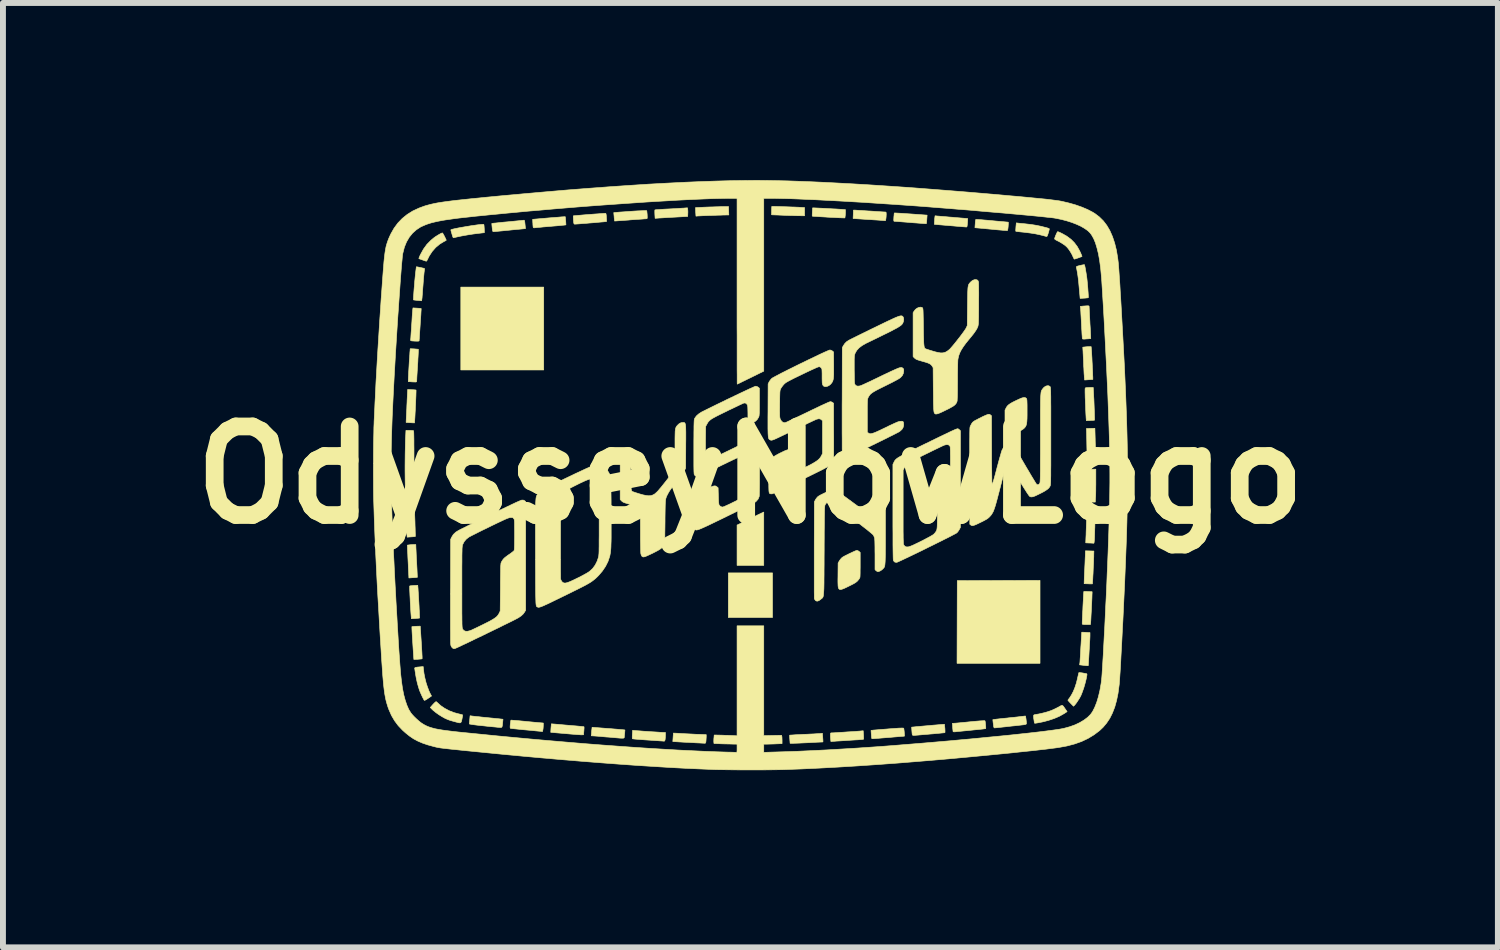
<source format=kicad_pcb>
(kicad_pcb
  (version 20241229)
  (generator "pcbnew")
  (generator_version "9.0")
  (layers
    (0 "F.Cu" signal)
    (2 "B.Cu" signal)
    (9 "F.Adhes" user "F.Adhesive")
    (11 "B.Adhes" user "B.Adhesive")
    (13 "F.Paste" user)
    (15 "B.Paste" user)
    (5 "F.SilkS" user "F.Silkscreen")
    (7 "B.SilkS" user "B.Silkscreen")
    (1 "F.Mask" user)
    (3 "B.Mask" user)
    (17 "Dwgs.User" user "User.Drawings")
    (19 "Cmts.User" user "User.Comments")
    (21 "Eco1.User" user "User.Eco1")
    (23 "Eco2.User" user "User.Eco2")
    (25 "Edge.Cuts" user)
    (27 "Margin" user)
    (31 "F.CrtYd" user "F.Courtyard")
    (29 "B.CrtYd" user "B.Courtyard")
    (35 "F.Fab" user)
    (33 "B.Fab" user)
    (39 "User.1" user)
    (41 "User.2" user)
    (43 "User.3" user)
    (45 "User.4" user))
  (footprint "OdysseyNowLogo"
    (layer "F.Cu")
    (at 9.403 4.231)
    (property "Reference" "OdysseyNowLogo" (at 0.254 0.762 180) (layer "F.SilkS") (effects (font (size 1.5 1.5) (thickness 0.3))))
    (attr through_hole)
    (fp_poly (pts (xy -3.246 -1.016) (xy -4.65 -1.016) (xy -4.65 -2.42) (xy -3.246 -2.42) (xy -3.246 -1.016)) (stroke (width 0.01) (type solid)) (fill yes) (layer "F.SilkS"))
    (fp_poly (pts (xy 0.628 3.175) (xy -0.12 3.175) (xy -0.12 2.42) (xy 0.628 2.42) (xy 0.628 3.175)) (stroke (width 0.01) (type solid)) (fill yes) (layer "F.SilkS"))
    (fp_poly (pts (xy 5.158 3.951) (xy 3.753 3.951) (xy 3.755 3.251) (xy 3.757 2.551) (xy 4.457 2.549) (xy 5.158 2.547) (xy 5.158 3.951)) (stroke (width 0.01) (type solid)) (fill yes) (layer "F.SilkS"))
    (fp_poly (pts (xy 0.48 2.293) (xy 0.028 2.293) (xy 0.028 1.61) (xy 0.217 1.517) (xy 0.267 1.492) (xy 0.314 1.469) (xy 0.357 1.448) (xy 0.394 1.43) (xy 0.422 1.417) (xy 0.44 1.408) (xy 0.443 1.407) (xy 0.48 1.39) (xy 0.48 2.293)) (stroke (width 0.01) (type solid)) (fill yes) (layer "F.SilkS"))
    (fp_poly (pts (xy 6.103 0.866) (xy 6.103 0.923) (xy 6.102 0.98) (xy 6.102 1.033) (xy 6.101 1.08) (xy 6.1 1.119) (xy 6.098 1.145) (xy 6.094 1.221) (xy 5.953 1.221) (xy 5.957 0.944) (xy 5.961 0.667) (xy 6.032 0.665) (xy 6.103 0.663) (xy 6.103 0.866)) (stroke (width 0.01) (type solid)) (fill yes) (layer "F.SilkS"))
    (fp_poly (pts (xy 6.092 0.146) (xy 6.093 0.202) (xy 6.095 0.26) (xy 6.096 0.317) (xy 6.098 0.369) (xy 6.099 0.412) (xy 6.1 0.425) (xy 6.104 0.529) (xy 5.957 0.529) (xy 5.951 0.273) (xy 5.95 0.214) (xy 5.949 0.158) (xy 5.948 0.108) (xy 5.947 0.065) (xy 5.946 0.03) (xy 5.945 0.007) (xy 5.945 -0.004) (xy 5.944 -0.025) (xy 6.087 -0.029) (xy 6.092 0.146)) (stroke (width 0.01) (type solid)) (fill yes) (layer "F.SilkS"))
    (fp_poly (pts (xy 6.093 1.431) (xy 6.092 1.461) (xy 6.09 1.502) (xy 6.089 1.55) (xy 6.087 1.602) (xy 6.086 1.655) (xy 6.085 1.669) (xy 6.083 1.744) (xy 6.081 1.805) (xy 6.079 1.853) (xy 6.076 1.888) (xy 6.073 1.909) (xy 6.07 1.917) (xy 6.069 1.918) (xy 6.06 1.917) (xy 6.041 1.916) (xy 6.014 1.914) (xy 5.998 1.914) (xy 5.932 1.911) (xy 5.936 1.811) (xy 5.938 1.774) (xy 5.939 1.727) (xy 5.941 1.673) (xy 5.943 1.615) (xy 5.945 1.558) (xy 5.945 1.533) (xy 5.95 1.355) (xy 6.097 1.355) (xy 6.093 1.431)) (stroke (width 0.01) (type solid)) (fill yes) (layer "F.SilkS"))
    (fp_poly (pts (xy -5.319 3.596) (xy -5.315 3.657) (xy -5.312 3.713) (xy -5.309 3.763) (xy -5.307 3.806) (xy -5.305 3.84) (xy -5.305 3.863) (xy -5.305 3.874) (xy -5.305 3.874) (xy -5.314 3.877) (xy -5.333 3.879) (xy -5.36 3.881) (xy -5.377 3.883) (xy -5.445 3.886) (xy -5.45 3.818) (xy -5.457 3.711) (xy -5.463 3.618) (xy -5.468 3.539) (xy -5.472 3.473) (xy -5.475 3.42) (xy -5.477 3.379) (xy -5.478 3.351) (xy -5.478 3.335) (xy -5.478 3.33) (xy -5.469 3.329) (xy -5.45 3.327) (xy -5.424 3.325) (xy -5.406 3.324) (xy -5.337 3.322) (xy -5.319 3.596)) (stroke (width 0.01) (type solid)) (fill yes) (layer "F.SilkS"))
    (fp_poly (pts (xy 3.428 -3.622) (xy 3.446 -3.621) (xy 3.477 -3.618) (xy 3.517 -3.615) (xy 3.566 -3.611) (xy 3.619 -3.606) (xy 3.676 -3.602) (xy 3.704 -3.599) (xy 3.933 -3.58) (xy 3.932 -3.545) (xy 3.93 -3.516) (xy 3.927 -3.484) (xy 3.926 -3.473) (xy 3.923 -3.451) (xy 3.919 -3.44) (xy 3.911 -3.437) (xy 3.907 -3.437) (xy 3.896 -3.438) (xy 3.873 -3.44) (xy 3.84 -3.442) (xy 3.797 -3.446) (xy 3.747 -3.45) (xy 3.692 -3.455) (xy 3.632 -3.46) (xy 3.63 -3.46) (xy 3.369 -3.482) (xy 3.371 -3.528) (xy 3.373 -3.557) (xy 3.375 -3.584) (xy 3.377 -3.6) (xy 3.381 -3.627) (xy 3.428 -3.622)) (stroke (width 0.01) (type solid)) (fill yes) (layer "F.SilkS"))
    (fp_poly (pts (xy -5.518 0.007) (xy -5.49 0.008) (xy -5.467 0.009) (xy -5.452 0.012) (xy -5.45 0.012) (xy -5.449 0.02) (xy -5.447 0.039) (xy -5.446 0.072) (xy -5.445 0.117) (xy -5.444 0.175) (xy -5.444 0.246) (xy -5.443 0.331) (xy -5.443 0.429) (xy -5.443 0.541) (xy -5.443 0.566) (xy -5.443 1.113) (xy -5.468 1.118) (xy -5.488 1.12) (xy -5.516 1.121) (xy -5.54 1.122) (xy -5.586 1.122) (xy -5.592 0.877) (xy -5.593 0.791) (xy -5.594 0.698) (xy -5.594 0.601) (xy -5.593 0.501) (xy -5.592 0.403) (xy -5.59 0.308) (xy -5.588 0.22) (xy -5.586 0.141) (xy -5.583 0.093) (xy -5.579 0.007) (xy -5.518 0.007)) (stroke (width 0.01) (type solid)) (fill yes) (layer "F.SilkS"))
    (fp_poly (pts (xy -5.48 -0.682) (xy -5.45 -0.681) (xy -5.426 -0.679) (xy -5.411 -0.677) (xy -5.408 -0.676) (xy -5.408 -0.669) (xy -5.408 -0.649) (xy -5.409 -0.619) (xy -5.41 -0.581) (xy -5.412 -0.537) (xy -5.414 -0.487) (xy -5.416 -0.435) (xy -5.419 -0.383) (xy -5.421 -0.331) (xy -5.424 -0.283) (xy -5.426 -0.239) (xy -5.428 -0.203) (xy -5.43 -0.175) (xy -5.43 -0.171) (xy -5.434 -0.12) (xy -5.46 -0.121) (xy -5.481 -0.122) (xy -5.509 -0.124) (xy -5.531 -0.125) (xy -5.576 -0.128) (xy -5.572 -0.224) (xy -5.57 -0.26) (xy -5.568 -0.305) (xy -5.565 -0.359) (xy -5.563 -0.415) (xy -5.56 -0.473) (xy -5.559 -0.504) (xy -5.55 -0.686) (xy -5.48 -0.682)) (stroke (width 0.01) (type solid)) (fill yes) (layer "F.SilkS"))
    (fp_poly (pts (xy -5.411 1.963) (xy -5.411 1.975) (xy -5.41 2) (xy -5.408 2.035) (xy -5.406 2.079) (xy -5.404 2.13) (xy -5.401 2.186) (xy -5.398 2.24) (xy -5.395 2.298) (xy -5.392 2.352) (xy -5.39 2.399) (xy -5.388 2.439) (xy -5.387 2.469) (xy -5.386 2.488) (xy -5.386 2.495) (xy -5.393 2.496) (xy -5.411 2.498) (xy -5.437 2.5) (xy -5.458 2.501) (xy -5.529 2.506) (xy -5.538 2.331) (xy -5.54 2.275) (xy -5.543 2.217) (xy -5.546 2.16) (xy -5.548 2.109) (xy -5.55 2.066) (xy -5.551 2.053) (xy -5.555 1.95) (xy -5.521 1.945) (xy -5.493 1.942) (xy -5.461 1.94) (xy -5.449 1.94) (xy -5.412 1.94) (xy -5.411 1.963)) (stroke (width 0.01) (type solid)) (fill yes) (layer "F.SilkS"))
    (fp_poly (pts (xy 4.091 -3.565) (xy 4.109 -3.564) (xy 4.134 -3.562) (xy 4.167 -3.56) (xy 4.208 -3.556) (xy 4.26 -3.552) (xy 4.323 -3.546) (xy 4.398 -3.539) (xy 4.486 -3.531) (xy 4.489 -3.531) (xy 4.621 -3.519) (xy 4.621 -3.486) (xy 4.619 -3.452) (xy 4.616 -3.421) (xy 4.612 -3.396) (xy 4.607 -3.38) (xy 4.604 -3.376) (xy 4.595 -3.376) (xy 4.575 -3.378) (xy 4.543 -3.38) (xy 4.502 -3.384) (xy 4.453 -3.388) (xy 4.398 -3.393) (xy 4.338 -3.399) (xy 4.326 -3.4) (xy 4.056 -3.425) (xy 4.061 -3.492) (xy 4.063 -3.522) (xy 4.066 -3.545) (xy 4.069 -3.561) (xy 4.07 -3.564) (xy 4.073 -3.565) (xy 4.08 -3.565) (xy 4.091 -3.565)) (stroke (width 0.01) (type solid)) (fill yes) (layer "F.SilkS"))
    (fp_poly (pts (xy -0.808 -3.738) (xy -0.806 -3.719) (xy -0.805 -3.692) (xy -0.806 -3.665) (xy -0.808 -3.616) (xy -1.027 -3.604) (xy -1.084 -3.601) (xy -1.14 -3.598) (xy -1.191 -3.595) (xy -1.236 -3.592) (xy -1.272 -3.59) (xy -1.298 -3.589) (xy -1.303 -3.588) (xy -1.36 -3.584) (xy -1.364 -3.653) (xy -1.365 -3.683) (xy -1.365 -3.707) (xy -1.364 -3.723) (xy -1.363 -3.726) (xy -1.355 -3.728) (xy -1.335 -3.73) (xy -1.304 -3.732) (xy -1.264 -3.735) (xy -1.217 -3.738) (xy -1.165 -3.741) (xy -1.139 -3.742) (xy -1.082 -3.745) (xy -1.027 -3.748) (xy -0.976 -3.751) (xy -0.932 -3.754) (xy -0.896 -3.756) (xy -0.871 -3.757) (xy -0.867 -3.758) (xy -0.812 -3.762) (xy -0.808 -3.738)) (stroke (width 0.01) (type solid)) (fill yes) (layer "F.SilkS"))
    (fp_poly (pts (xy 0.643 -3.786) (xy 0.673 -3.785) (xy 0.711 -3.784) (xy 0.755 -3.783) (xy 0.803 -3.781) (xy 0.853 -3.78) (xy 0.903 -3.778) (xy 0.952 -3.776) (xy 0.997 -3.775) (xy 1.036 -3.773) (xy 1.067 -3.772) (xy 1.085 -3.771) (xy 1.171 -3.766) (xy 1.171 -3.627) (xy 1.092 -3.628) (xy 1.06 -3.628) (xy 1.017 -3.629) (xy 0.968 -3.631) (xy 0.916 -3.632) (xy 0.864 -3.634) (xy 0.857 -3.634) (xy 0.809 -3.636) (xy 0.762 -3.638) (xy 0.72 -3.64) (xy 0.685 -3.641) (xy 0.661 -3.642) (xy 0.657 -3.642) (xy 0.612 -3.644) (xy 0.613 -3.715) (xy 0.614 -3.744) (xy 0.615 -3.768) (xy 0.616 -3.783) (xy 0.616 -3.786) (xy 0.624 -3.786) (xy 0.643 -3.786)) (stroke (width 0.01) (type solid)) (fill yes) (layer "F.SilkS"))
    (fp_poly (pts (xy -0.114 -3.712) (xy -0.112 -3.641) (xy -0.154 -3.641) (xy -0.175 -3.64) (xy -0.207 -3.64) (xy -0.248 -3.638) (xy -0.296 -3.637) (xy -0.348 -3.635) (xy -0.402 -3.633) (xy -0.455 -3.632) (xy -0.505 -3.63) (xy -0.551 -3.628) (xy -0.589 -3.626) (xy -0.617 -3.625) (xy -0.632 -3.624) (xy -0.668 -3.621) (xy -0.673 -3.692) (xy -0.674 -3.722) (xy -0.675 -3.746) (xy -0.676 -3.761) (xy -0.675 -3.765) (xy -0.668 -3.766) (xy -0.648 -3.767) (xy -0.619 -3.768) (xy -0.581 -3.77) (xy -0.537 -3.772) (xy -0.488 -3.774) (xy -0.438 -3.776) (xy -0.387 -3.777) (xy -0.338 -3.779) (xy -0.293 -3.78) (xy -0.253 -3.782) (xy -0.221 -3.782) (xy -0.205 -3.783) (xy -0.116 -3.783) (xy -0.114 -3.712)) (stroke (width 0.01) (type solid)) (fill yes) (layer "F.SilkS"))
    (fp_poly (pts (xy 1.477 5.184) (xy 1.479 5.213) (xy 1.481 5.24) (xy 1.482 5.257) (xy 1.482 5.283) (xy 1.388 5.287) (xy 1.299 5.292) (xy 1.219 5.296) (xy 1.147 5.299) (xy 1.085 5.302) (xy 1.035 5.304) (xy 0.996 5.305) (xy 0.971 5.306) (xy 0.969 5.306) (xy 0.926 5.306) (xy 0.921 5.238) (xy 0.919 5.209) (xy 0.918 5.186) (xy 0.918 5.171) (xy 0.919 5.168) (xy 0.926 5.167) (xy 0.946 5.166) (xy 0.977 5.164) (xy 1.017 5.161) (xy 1.064 5.159) (xy 1.117 5.156) (xy 1.158 5.154) (xy 1.216 5.152) (xy 1.271 5.149) (xy 1.322 5.147) (xy 1.366 5.144) (xy 1.401 5.142) (xy 1.425 5.141) (xy 1.433 5.14) (xy 1.473 5.136) (xy 1.477 5.184)) (stroke (width 0.01) (type solid)) (fill yes) (layer "F.SilkS"))
    (fp_poly (pts (xy -5.282 4.054) (xy -5.273 4.126) (xy -5.258 4.201) (xy -5.239 4.277) (xy -5.216 4.348) (xy -5.192 4.412) (xy -5.176 4.448) (xy -5.146 4.505) (xy -5.204 4.545) (xy -5.233 4.564) (xy -5.253 4.575) (xy -5.264 4.579) (xy -5.269 4.577) (xy -5.278 4.563) (xy -5.29 4.54) (xy -5.305 4.51) (xy -5.32 4.477) (xy -5.335 4.444) (xy -5.347 4.414) (xy -5.351 4.404) (xy -5.37 4.343) (xy -5.389 4.273) (xy -5.405 4.199) (xy -5.415 4.142) (xy -5.42 4.108) (xy -5.425 4.078) (xy -5.428 4.055) (xy -5.43 4.045) (xy -5.431 4.035) (xy -5.429 4.028) (xy -5.421 4.022) (xy -5.407 4.019) (xy -5.383 4.015) (xy -5.348 4.012) (xy -5.337 4.011) (xy -5.287 4.006) (xy -5.282 4.054)) (stroke (width 0.01) (type solid)) (fill yes) (layer "F.SilkS"))
    (fp_poly (pts (xy -3.109 4.976) (xy -3.09 4.978) (xy -3.062 4.98) (xy -3.027 4.983) (xy -3 4.985) (xy -2.957 4.989) (xy -2.904 4.994) (xy -2.846 4.999) (xy -2.786 5.004) (xy -2.731 5.009) (xy -2.726 5.009) (xy -2.68 5.013) (xy -2.639 5.017) (xy -2.605 5.02) (xy -2.58 5.023) (xy -2.566 5.025) (xy -2.564 5.026) (xy -2.563 5.034) (xy -2.563 5.052) (xy -2.565 5.078) (xy -2.566 5.095) (xy -2.572 5.161) (xy -2.603 5.162) (xy -2.618 5.162) (xy -2.645 5.16) (xy -2.681 5.158) (xy -2.727 5.154) (xy -2.779 5.15) (xy -2.835 5.145) (xy -2.881 5.141) (xy -3.127 5.12) (xy -3.123 5.049) (xy -3.12 5.019) (xy -3.118 4.995) (xy -3.117 4.98) (xy -3.116 4.976) (xy -3.109 4.976)) (stroke (width 0.01) (type solid)) (fill yes) (layer "F.SilkS"))
    (fp_poly (pts (xy -1.503 -3.714) (xy -1.503 -3.714) (xy -1.5 -3.705) (xy -1.498 -3.685) (xy -1.495 -3.657) (xy -1.494 -3.642) (xy -1.493 -3.612) (xy -1.493 -3.593) (xy -1.495 -3.582) (xy -1.499 -3.578) (xy -1.506 -3.577) (xy -1.506 -3.577) (xy -1.516 -3.576) (xy -1.539 -3.575) (xy -1.572 -3.572) (xy -1.614 -3.569) (xy -1.664 -3.566) (xy -1.72 -3.562) (xy -1.78 -3.558) (xy -1.783 -3.557) (xy -2.046 -3.538) (xy -2.049 -3.567) (xy -2.052 -3.59) (xy -2.054 -3.619) (xy -2.056 -3.638) (xy -2.06 -3.681) (xy -2.012 -3.685) (xy -1.952 -3.69) (xy -1.89 -3.694) (xy -1.827 -3.699) (xy -1.766 -3.703) (xy -1.707 -3.707) (xy -1.653 -3.71) (xy -1.604 -3.712) (xy -1.564 -3.714) (xy -1.532 -3.715) (xy -1.512 -3.715) (xy -1.503 -3.714)) (stroke (width 0.01) (type solid)) (fill yes) (layer "F.SilkS"))
    (fp_poly (pts (xy 5.998 2.048) (xy 6.07 2.05) (xy 6.068 2.12) (xy 6.068 2.148) (xy 6.066 2.185) (xy 6.065 2.229) (xy 6.063 2.277) (xy 6.06 2.328) (xy 6.058 2.38) (xy 6.056 2.431) (xy 6.053 2.478) (xy 6.051 2.521) (xy 6.049 2.557) (xy 6.047 2.585) (xy 6.046 2.602) (xy 6.045 2.606) (xy 6.038 2.606) (xy 6.019 2.606) (xy 5.993 2.606) (xy 5.974 2.605) (xy 5.905 2.603) (xy 5.906 2.577) (xy 5.906 2.563) (xy 5.907 2.538) (xy 5.908 2.502) (xy 5.91 2.458) (xy 5.912 2.408) (xy 5.915 2.353) (xy 5.916 2.325) (xy 5.919 2.268) (xy 5.921 2.216) (xy 5.923 2.168) (xy 5.925 2.128) (xy 5.926 2.097) (xy 5.926 2.077) (xy 5.927 2.072) (xy 5.927 2.046) (xy 5.998 2.048)) (stroke (width 0.01) (type solid)) (fill yes) (layer "F.SilkS"))
    (fp_poly (pts (xy -5.374 2.689) (xy -5.372 2.726) (xy -5.369 2.769) (xy -5.366 2.818) (xy -5.363 2.871) (xy -5.36 2.924) (xy -5.357 2.977) (xy -5.355 3.028) (xy -5.352 3.075) (xy -5.351 3.116) (xy -5.349 3.149) (xy -5.348 3.172) (xy -5.349 3.184) (xy -5.349 3.185) (xy -5.357 3.186) (xy -5.375 3.188) (xy -5.402 3.19) (xy -5.419 3.192) (xy -5.487 3.196) (xy -5.491 3.145) (xy -5.494 3.11) (xy -5.497 3.067) (xy -5.5 3.019) (xy -5.503 2.967) (xy -5.506 2.914) (xy -5.508 2.86) (xy -5.511 2.808) (xy -5.513 2.76) (xy -5.515 2.718) (xy -5.516 2.683) (xy -5.516 2.658) (xy -5.516 2.644) (xy -5.516 2.642) (xy -5.507 2.639) (xy -5.487 2.637) (xy -5.461 2.634) (xy -5.445 2.633) (xy -5.379 2.63) (xy -5.374 2.689)) (stroke (width 0.01) (type solid)) (fill yes) (layer "F.SilkS"))
    (fp_poly (pts (xy -2.882 -3.611) (xy -2.88 -3.603) (xy -2.878 -3.585) (xy -2.876 -3.558) (xy -2.874 -3.54) (xy -2.87 -3.473) (xy -2.908 -3.468) (xy -2.925 -3.467) (xy -2.953 -3.464) (xy -2.992 -3.46) (xy -3.038 -3.456) (xy -3.089 -3.452) (xy -3.143 -3.447) (xy -3.15 -3.447) (xy -3.204 -3.442) (xy -3.255 -3.438) (xy -3.301 -3.433) (xy -3.34 -3.43) (xy -3.369 -3.427) (xy -3.387 -3.425) (xy -3.388 -3.425) (xy -3.408 -3.423) (xy -3.419 -3.425) (xy -3.424 -3.432) (xy -3.425 -3.437) (xy -3.427 -3.452) (xy -3.429 -3.476) (xy -3.43 -3.505) (xy -3.431 -3.51) (xy -3.433 -3.567) (xy -3.159 -3.591) (xy -3.098 -3.596) (xy -3.042 -3.6) (xy -2.992 -3.604) (xy -2.95 -3.608) (xy -2.916 -3.61) (xy -2.894 -3.611) (xy -2.883 -3.612) (xy -2.882 -3.611)) (stroke (width 0.01) (type solid)) (fill yes) (layer "F.SilkS"))
    (fp_poly (pts (xy -4.262 -3.481) (xy -4.261 -3.48) (xy -4.258 -3.471) (xy -4.256 -3.451) (xy -4.254 -3.424) (xy -4.253 -3.408) (xy -4.251 -3.341) (xy -4.304 -3.335) (xy -4.371 -3.327) (xy -4.442 -3.318) (xy -4.513 -3.307) (xy -4.583 -3.295) (xy -4.648 -3.283) (xy -4.705 -3.271) (xy -4.752 -3.26) (xy -4.767 -3.256) (xy -4.774 -3.255) (xy -4.78 -3.259) (xy -4.785 -3.27) (xy -4.792 -3.29) (xy -4.8 -3.318) (xy -4.808 -3.346) (xy -4.815 -3.37) (xy -4.818 -3.385) (xy -4.819 -3.388) (xy -4.812 -3.393) (xy -4.793 -3.399) (xy -4.764 -3.406) (xy -4.726 -3.414) (xy -4.682 -3.423) (xy -4.632 -3.432) (xy -4.579 -3.441) (xy -4.525 -3.45) (xy -4.472 -3.459) (xy -4.421 -3.466) (xy -4.373 -3.473) (xy -4.332 -3.478) (xy -4.299 -3.481) (xy -4.275 -3.482) (xy -4.262 -3.481)) (stroke (width 0.01) (type solid)) (fill yes) (layer "F.SilkS"))
    (fp_poly (pts (xy -2.171 5.054) (xy -2.112 5.058) (xy -2.056 5.063) (xy -2.005 5.067) (xy -1.962 5.071) (xy -1.928 5.074) (xy -1.904 5.076) (xy -1.893 5.077) (xy -1.871 5.08) (xy -1.874 5.121) (xy -1.877 5.15) (xy -1.88 5.179) (xy -1.881 5.191) (xy -1.882 5.199) (xy -1.882 5.206) (xy -1.884 5.211) (xy -1.888 5.215) (xy -1.895 5.218) (xy -1.908 5.219) (xy -1.927 5.219) (xy -1.953 5.218) (xy -1.988 5.215) (xy -2.034 5.211) (xy -2.09 5.206) (xy -2.159 5.2) (xy -2.17 5.2) (xy -2.226 5.195) (xy -2.279 5.19) (xy -2.326 5.186) (xy -2.366 5.183) (xy -2.397 5.181) (xy -2.416 5.18) (xy -2.422 5.179) (xy -2.441 5.179) (xy -2.437 5.135) (xy -2.435 5.106) (xy -2.432 5.077) (xy -2.43 5.062) (xy -2.427 5.034) (xy -2.171 5.054)) (stroke (width 0.01) (type solid)) (fill yes) (layer "F.SilkS"))
    (fp_poly (pts (xy -1.042 5.133) (xy -1.023 5.134) (xy -0.994 5.135) (xy -0.957 5.137) (xy -0.914 5.14) (xy -0.896 5.141) (xy -0.84 5.144) (xy -0.779 5.147) (xy -0.718 5.15) (xy -0.661 5.153) (xy -0.619 5.154) (xy -0.494 5.159) (xy -0.494 5.189) (xy -0.495 5.213) (xy -0.497 5.243) (xy -0.498 5.262) (xy -0.501 5.286) (xy -0.505 5.299) (xy -0.511 5.304) (xy -0.52 5.305) (xy -0.521 5.305) (xy -0.533 5.304) (xy -0.557 5.303) (xy -0.591 5.301) (xy -0.632 5.299) (xy -0.678 5.297) (xy -0.709 5.295) (xy -0.763 5.292) (xy -0.819 5.289) (xy -0.872 5.287) (xy -0.92 5.284) (xy -0.959 5.282) (xy -0.969 5.281) (xy -1.06 5.276) (xy -1.055 5.204) (xy -1.053 5.174) (xy -1.051 5.151) (xy -1.049 5.136) (xy -1.049 5.132) (xy -1.042 5.133)) (stroke (width 0.01) (type solid)) (fill yes) (layer "F.SilkS"))
    (fp_poly (pts (xy 6.028 -1.36) (xy 6.03 -1.338) (xy 6.032 -1.306) (xy 6.034 -1.267) (xy 6.037 -1.221) (xy 6.039 -1.171) (xy 6.042 -1.12) (xy 6.044 -1.068) (xy 6.047 -1.017) (xy 6.049 -0.971) (xy 6.05 -0.93) (xy 6.052 -0.896) (xy 6.052 -0.872) (xy 6.053 -0.859) (xy 6.052 -0.857) (xy 6.045 -0.856) (xy 6.026 -0.854) (xy 6 -0.852) (xy 5.982 -0.851) (xy 5.913 -0.846) (xy 5.91 -0.877) (xy 5.908 -0.892) (xy 5.907 -0.919) (xy 5.904 -0.956) (xy 5.902 -0.999) (xy 5.9 -1.047) (xy 5.898 -1.072) (xy 5.896 -1.125) (xy 5.894 -1.179) (xy 5.891 -1.231) (xy 5.889 -1.276) (xy 5.887 -1.311) (xy 5.887 -1.32) (xy 5.882 -1.402) (xy 5.916 -1.406) (xy 5.945 -1.409) (xy 5.976 -1.411) (xy 5.987 -1.411) (xy 6.024 -1.411) (xy 6.028 -1.36)) (stroke (width 0.01) (type solid)) (fill yes) (layer "F.SilkS"))
    (fp_poly (pts (xy -5.437 1.306) (xy -5.436 1.333) (xy -5.434 1.368) (xy -5.432 1.411) (xy -5.43 1.459) (xy -5.428 1.51) (xy -5.426 1.562) (xy -5.425 1.614) (xy -5.423 1.663) (xy -5.422 1.708) (xy -5.421 1.746) (xy -5.42 1.776) (xy -5.42 1.796) (xy -5.42 1.803) (xy -5.42 1.803) (xy -5.428 1.805) (xy -5.447 1.807) (xy -5.473 1.809) (xy -5.49 1.81) (xy -5.558 1.815) (xy -5.562 1.777) (xy -5.564 1.76) (xy -5.565 1.732) (xy -5.567 1.696) (xy -5.569 1.652) (xy -5.571 1.604) (xy -5.573 1.552) (xy -5.575 1.5) (xy -5.576 1.448) (xy -5.578 1.399) (xy -5.579 1.354) (xy -5.58 1.316) (xy -5.58 1.286) (xy -5.58 1.267) (xy -5.58 1.259) (xy -5.572 1.258) (xy -5.553 1.255) (xy -5.527 1.253) (xy -5.509 1.252) (xy -5.441 1.247) (xy -5.437 1.306)) (stroke (width 0.01) (type solid)) (fill yes) (layer "F.SilkS"))
    (fp_poly (pts (xy 1.345 -3.76) (xy 1.371 -3.759) (xy 1.408 -3.757) (xy 1.452 -3.755) (xy 1.501 -3.753) (xy 1.553 -3.75) (xy 1.606 -3.747) (xy 1.657 -3.744) (xy 1.705 -3.742) (xy 1.747 -3.739) (xy 1.781 -3.737) (xy 1.805 -3.736) (xy 1.808 -3.735) (xy 1.863 -3.731) (xy 1.863 -3.688) (xy 1.862 -3.659) (xy 1.86 -3.632) (xy 1.858 -3.618) (xy 1.854 -3.591) (xy 1.804 -3.592) (xy 1.784 -3.593) (xy 1.752 -3.594) (xy 1.711 -3.596) (xy 1.663 -3.599) (xy 1.609 -3.601) (xy 1.552 -3.604) (xy 1.529 -3.606) (xy 1.474 -3.609) (xy 1.424 -3.612) (xy 1.38 -3.615) (xy 1.344 -3.617) (xy 1.318 -3.619) (xy 1.304 -3.621) (xy 1.301 -3.621) (xy 1.301 -3.629) (xy 1.301 -3.648) (xy 1.302 -3.674) (xy 1.303 -3.692) (xy 1.307 -3.761) (xy 1.33 -3.761) (xy 1.345 -3.76)) (stroke (width 0.01) (type solid)) (fill yes) (layer "F.SilkS"))
    (fp_poly (pts (xy 2.007 -3.723) (xy 2.027 -3.723) (xy 2.057 -3.721) (xy 2.097 -3.718) (xy 2.145 -3.716) (xy 2.2 -3.712) (xy 2.259 -3.708) (xy 2.269 -3.708) (xy 2.329 -3.704) (xy 2.385 -3.7) (xy 2.435 -3.697) (xy 2.478 -3.694) (xy 2.511 -3.692) (xy 2.534 -3.691) (xy 2.545 -3.69) (xy 2.545 -3.69) (xy 2.551 -3.686) (xy 2.553 -3.673) (xy 2.554 -3.649) (xy 2.552 -3.613) (xy 2.55 -3.59) (xy 2.546 -3.564) (xy 2.541 -3.547) (xy 2.537 -3.543) (xy 2.526 -3.545) (xy 2.506 -3.547) (xy 2.501 -3.547) (xy 2.488 -3.548) (xy 2.462 -3.55) (xy 2.425 -3.553) (xy 2.381 -3.556) (xy 2.33 -3.559) (xy 2.274 -3.563) (xy 2.233 -3.565) (xy 1.993 -3.581) (xy 1.996 -3.651) (xy 1.997 -3.681) (xy 1.998 -3.705) (xy 1.999 -3.72) (xy 2 -3.724) (xy 2.007 -3.723)) (stroke (width 0.01) (type solid)) (fill yes) (layer "F.SilkS"))
    (fp_poly (pts (xy 5.844 4.11) (xy 5.871 4.113) (xy 5.903 4.119) (xy 5.936 4.125) (xy 5.948 4.128) (xy 5.953 4.135) (xy 5.952 4.15) (xy 5.951 4.158) (xy 5.938 4.224) (xy 5.92 4.295) (xy 5.899 4.367) (xy 5.875 4.435) (xy 5.853 4.491) (xy 5.839 4.519) (xy 5.82 4.552) (xy 5.798 4.586) (xy 5.777 4.618) (xy 5.757 4.644) (xy 5.742 4.662) (xy 5.742 4.662) (xy 5.725 4.678) (xy 5.677 4.629) (xy 5.657 4.608) (xy 5.641 4.59) (xy 5.632 4.579) (xy 5.63 4.576) (xy 5.634 4.569) (xy 5.645 4.554) (xy 5.659 4.536) (xy 5.69 4.488) (xy 5.721 4.429) (xy 5.749 4.36) (xy 5.774 4.284) (xy 5.794 4.201) (xy 5.799 4.178) (xy 5.806 4.149) (xy 5.811 4.126) (xy 5.815 4.111) (xy 5.817 4.108) (xy 5.825 4.108) (xy 5.844 4.11)) (stroke (width 0.01) (type solid)) (fill yes) (layer "F.SilkS"))
    (fp_poly (pts (xy -4.956 -3.331) (xy -4.947 -3.316) (xy -4.935 -3.295) (xy -4.923 -3.271) (xy -4.911 -3.247) (xy -4.902 -3.228) (xy -4.897 -3.215) (xy -4.897 -3.213) (xy -4.902 -3.209) (xy -4.917 -3.2) (xy -4.934 -3.192) (xy -5.008 -3.147) (xy -5.075 -3.091) (xy -5.134 -3.024) (xy -5.184 -2.948) (xy -5.209 -2.898) (xy -5.219 -2.877) (xy -5.228 -2.863) (xy -5.233 -2.858) (xy -5.242 -2.86) (xy -5.261 -2.866) (xy -5.286 -2.875) (xy -5.298 -2.879) (xy -5.325 -2.889) (xy -5.346 -2.896) (xy -5.359 -2.902) (xy -5.36 -2.903) (xy -5.359 -2.91) (xy -5.352 -2.927) (xy -5.342 -2.952) (xy -5.331 -2.974) (xy -5.282 -3.063) (xy -5.225 -3.142) (xy -5.157 -3.211) (xy -5.107 -3.253) (xy -5.078 -3.274) (xy -5.046 -3.294) (xy -5.016 -3.312) (xy -4.99 -3.326) (xy -4.97 -3.335) (xy -4.961 -3.337) (xy -4.956 -3.331)) (stroke (width 0.01) (type solid)) (fill yes) (layer "F.SilkS"))
    (fp_poly (pts (xy 5.544 4.669) (xy 5.557 4.683) (xy 5.574 4.708) (xy 5.584 4.722) (xy 5.617 4.769) (xy 5.567 4.802) (xy 5.489 4.846) (xy 5.399 4.885) (xy 5.3 4.918) (xy 5.194 4.945) (xy 5.173 4.949) (xy 5.133 4.957) (xy 5.104 4.962) (xy 5.085 4.965) (xy 5.073 4.966) (xy 5.067 4.965) (xy 5.064 4.962) (xy 5.063 4.958) (xy 5.061 4.948) (xy 5.058 4.927) (xy 5.054 4.9) (xy 5.052 4.89) (xy 5.049 4.859) (xy 5.048 4.839) (xy 5.053 4.827) (xy 5.066 4.821) (xy 5.087 4.817) (xy 5.1 4.815) (xy 5.137 4.809) (xy 5.182 4.799) (xy 5.232 4.787) (xy 5.282 4.773) (xy 5.327 4.758) (xy 5.352 4.749) (xy 5.384 4.735) (xy 5.422 4.717) (xy 5.459 4.698) (xy 5.471 4.692) (xy 5.499 4.676) (xy 5.518 4.666) (xy 5.532 4.663) (xy 5.544 4.669)) (stroke (width 0.01) (type solid)) (fill yes) (layer "F.SilkS"))
    (fp_poly (pts (xy 6.063 -0.647) (xy 6.065 -0.612) (xy 6.067 -0.569) (xy 6.07 -0.521) (xy 6.072 -0.47) (xy 6.074 -0.417) (xy 6.076 -0.365) (xy 6.078 -0.315) (xy 6.079 -0.269) (xy 6.08 -0.229) (xy 6.081 -0.198) (xy 6.081 -0.176) (xy 6.081 -0.167) (xy 6.081 -0.166) (xy 6.073 -0.165) (xy 6.055 -0.163) (xy 6.028 -0.162) (xy 6.01 -0.161) (xy 5.942 -0.158) (xy 5.938 -0.211) (xy 5.937 -0.232) (xy 5.935 -0.264) (xy 5.933 -0.306) (xy 5.931 -0.355) (xy 5.929 -0.41) (xy 5.926 -0.467) (xy 5.926 -0.486) (xy 5.923 -0.549) (xy 5.922 -0.599) (xy 5.921 -0.638) (xy 5.921 -0.667) (xy 5.921 -0.687) (xy 5.922 -0.701) (xy 5.924 -0.709) (xy 5.927 -0.713) (xy 5.927 -0.713) (xy 5.939 -0.716) (xy 5.96 -0.718) (xy 5.988 -0.719) (xy 5.998 -0.72) (xy 6.059 -0.72) (xy 6.063 -0.647)) (stroke (width 0.01) (type solid)) (fill yes) (layer "F.SilkS"))
    (fp_poly (pts (xy -5.059 4.605) (xy -5.046 4.617) (xy -5.044 4.619) (xy -4.99 4.668) (xy -4.924 4.713) (xy -4.849 4.753) (xy -4.768 4.785) (xy -4.683 4.808) (xy -4.681 4.808) (xy -4.655 4.815) (xy -4.633 4.82) (xy -4.621 4.824) (xy -4.62 4.825) (xy -4.62 4.833) (xy -4.622 4.852) (xy -4.627 4.878) (xy -4.63 4.895) (xy -4.636 4.922) (xy -4.642 4.942) (xy -4.65 4.953) (xy -4.662 4.959) (xy -4.68 4.958) (xy -4.706 4.952) (xy -4.744 4.942) (xy -4.755 4.939) (xy -4.791 4.929) (xy -4.826 4.919) (xy -4.855 4.909) (xy -4.868 4.904) (xy -4.915 4.884) (xy -4.967 4.855) (xy -5.02 4.822) (xy -5.071 4.786) (xy -5.116 4.75) (xy -5.143 4.724) (xy -5.167 4.699) (xy -5.15 4.68) (xy -5.121 4.647) (xy -5.097 4.622) (xy -5.079 4.606) (xy -5.069 4.6) (xy -5.069 4.6) (xy -5.059 4.605)) (stroke (width 0.01) (type solid)) (fill yes) (layer "F.SilkS"))
    (fp_poly (pts (xy -1.694 5.09) (xy -1.673 5.092) (xy -1.641 5.094) (xy -1.601 5.097) (xy -1.554 5.101) (xy -1.503 5.104) (xy -1.451 5.108) (xy -1.398 5.111) (xy -1.348 5.114) (xy -1.302 5.117) (xy -1.263 5.12) (xy -1.233 5.121) (xy -1.213 5.122) (xy -1.208 5.122) (xy -1.185 5.122) (xy -1.185 5.164) (xy -1.187 5.208) (xy -1.19 5.241) (xy -1.196 5.262) (xy -1.205 5.27) (xy -1.206 5.27) (xy -1.215 5.269) (xy -1.237 5.267) (xy -1.27 5.265) (xy -1.312 5.262) (xy -1.361 5.259) (xy -1.416 5.255) (xy -1.476 5.251) (xy -1.478 5.251) (xy -1.537 5.247) (xy -1.592 5.243) (xy -1.641 5.239) (xy -1.682 5.236) (xy -1.714 5.233) (xy -1.736 5.23) (xy -1.744 5.229) (xy -1.744 5.229) (xy -1.746 5.22) (xy -1.747 5.201) (xy -1.746 5.174) (xy -1.745 5.155) (xy -1.741 5.086) (xy -1.694 5.09)) (stroke (width 0.01) (type solid)) (fill yes) (layer "F.SilkS"))
    (fp_poly (pts (xy 2.719 -3.674) (xy 2.75 -3.672) (xy 2.79 -3.67) (xy 2.839 -3.667) (xy 2.894 -3.663) (xy 2.954 -3.659) (xy 2.97 -3.658) (xy 3.246 -3.638) (xy 3.241 -3.57) (xy 3.239 -3.541) (xy 3.237 -3.517) (xy 3.235 -3.501) (xy 3.234 -3.498) (xy 3.233 -3.496) (xy 3.232 -3.495) (xy 3.23 -3.494) (xy 3.226 -3.494) (xy 3.217 -3.494) (xy 3.203 -3.495) (xy 3.182 -3.496) (xy 3.154 -3.498) (xy 3.117 -3.501) (xy 3.069 -3.505) (xy 3.009 -3.509) (xy 2.949 -3.514) (xy 2.891 -3.519) (xy 2.837 -3.523) (xy 2.789 -3.527) (xy 2.748 -3.53) (xy 2.717 -3.532) (xy 2.697 -3.534) (xy 2.689 -3.534) (xy 2.684 -3.537) (xy 2.682 -3.546) (xy 2.681 -3.563) (xy 2.683 -3.592) (xy 2.683 -3.603) (xy 2.686 -3.632) (xy 2.688 -3.656) (xy 2.69 -3.671) (xy 2.691 -3.674) (xy 2.699 -3.675) (xy 2.719 -3.674)) (stroke (width 0.01) (type solid)) (fill yes) (layer "F.SilkS"))
    (fp_poly (pts (xy 5.91 -2.799) (xy 5.913 -2.79) (xy 5.918 -2.77) (xy 5.924 -2.741) (xy 5.93 -2.705) (xy 5.937 -2.666) (xy 5.943 -2.626) (xy 5.949 -2.587) (xy 5.951 -2.572) (xy 5.955 -2.536) (xy 5.959 -2.496) (xy 5.963 -2.451) (xy 5.967 -2.406) (xy 5.97 -2.362) (xy 5.973 -2.322) (xy 5.975 -2.287) (xy 5.976 -2.261) (xy 5.976 -2.244) (xy 5.975 -2.24) (xy 5.967 -2.238) (xy 5.948 -2.236) (xy 5.921 -2.233) (xy 5.904 -2.232) (xy 5.837 -2.228) (xy 5.832 -2.287) (xy 5.824 -2.375) (xy 5.817 -2.452) (xy 5.811 -2.518) (xy 5.804 -2.576) (xy 5.797 -2.628) (xy 5.789 -2.675) (xy 5.781 -2.72) (xy 5.774 -2.752) (xy 5.773 -2.76) (xy 5.776 -2.766) (xy 5.784 -2.771) (xy 5.801 -2.777) (xy 5.828 -2.784) (xy 5.838 -2.786) (xy 5.867 -2.793) (xy 5.891 -2.797) (xy 5.906 -2.8) (xy 5.91 -2.799)) (stroke (width 0.01) (type solid)) (fill yes) (layer "F.SilkS"))
    (fp_poly (pts (xy 5.926 2.735) (xy 5.952 2.735) (xy 5.971 2.736) (xy 6.04 2.739) (xy 6.04 2.761) (xy 6.039 2.777) (xy 6.038 2.804) (xy 6.037 2.841) (xy 6.035 2.884) (xy 6.033 2.933) (xy 6.03 2.986) (xy 6.028 3.039) (xy 6.025 3.092) (xy 6.022 3.141) (xy 6.02 3.186) (xy 6.018 3.223) (xy 6.016 3.252) (xy 6.015 3.269) (xy 6.014 3.272) (xy 6.011 3.295) (xy 5.944 3.295) (xy 5.909 3.294) (xy 5.887 3.292) (xy 5.875 3.288) (xy 5.873 3.286) (xy 5.873 3.278) (xy 5.873 3.257) (xy 5.874 3.226) (xy 5.876 3.187) (xy 5.878 3.142) (xy 5.88 3.092) (xy 5.883 3.039) (xy 5.885 2.985) (xy 5.888 2.931) (xy 5.891 2.881) (xy 5.893 2.835) (xy 5.895 2.796) (xy 5.897 2.765) (xy 5.899 2.744) (xy 5.9 2.735) (xy 5.9 2.734) (xy 5.908 2.734) (xy 5.926 2.735)) (stroke (width 0.01) (type solid)) (fill yes) (layer "F.SilkS"))
    (fp_poly (pts (xy -4.464 4.843) (xy -4.449 4.845) (xy -4.423 4.848) (xy -4.387 4.852) (xy -4.342 4.856) (xy -4.292 4.862) (xy -4.239 4.867) (xy -4.226 4.868) (xy -4.171 4.874) (xy -4.119 4.879) (xy -4.071 4.884) (xy -4.031 4.888) (xy -3.999 4.891) (xy -3.979 4.893) (xy -3.977 4.894) (xy -3.936 4.898) (xy -3.94 4.941) (xy -3.944 4.98) (xy -3.947 5.006) (xy -3.951 5.023) (xy -3.956 5.033) (xy -3.963 5.036) (xy -3.974 5.037) (xy -3.985 5.037) (xy -4 5.036) (xy -4.027 5.034) (xy -4.064 5.03) (xy -4.109 5.026) (xy -4.161 5.021) (xy -4.218 5.015) (xy -4.262 5.01) (xy -4.322 5.004) (xy -4.376 4.998) (xy -4.423 4.992) (xy -4.46 4.987) (xy -4.487 4.982) (xy -4.502 4.979) (xy -4.505 4.978) (xy -4.504 4.968) (xy -4.503 4.948) (xy -4.5 4.92) (xy -4.499 4.905) (xy -4.493 4.839) (xy -4.464 4.843)) (stroke (width 0.01) (type solid)) (fill yes) (layer "F.SilkS"))
    (fp_poly (pts (xy -3.578 -3.552) (xy -3.574 -3.548) (xy -3.57 -3.539) (xy -3.567 -3.522) (xy -3.564 -3.496) (xy -3.56 -3.458) (xy -3.559 -3.449) (xy -3.555 -3.41) (xy -3.645 -3.401) (xy -3.68 -3.398) (xy -3.724 -3.394) (xy -3.776 -3.389) (xy -3.831 -3.383) (xy -3.886 -3.378) (xy -3.905 -3.376) (xy -3.954 -3.371) (xy -3.998 -3.367) (xy -4.037 -3.363) (xy -4.067 -3.36) (xy -4.087 -3.359) (xy -4.093 -3.358) (xy -4.101 -3.359) (xy -4.107 -3.362) (xy -4.111 -3.371) (xy -4.114 -3.388) (xy -4.118 -3.416) (xy -4.119 -3.427) (xy -4.122 -3.456) (xy -4.124 -3.48) (xy -4.125 -3.494) (xy -4.125 -3.497) (xy -4.121 -3.498) (xy -4.11 -3.499) (xy -4.091 -3.502) (xy -4.064 -3.504) (xy -4.027 -3.508) (xy -3.981 -3.513) (xy -3.924 -3.519) (xy -3.855 -3.525) (xy -3.774 -3.533) (xy -3.681 -3.542) (xy -3.594 -3.551) (xy -3.585 -3.552) (xy -3.578 -3.552)) (stroke (width 0.01) (type solid)) (fill yes) (layer "F.SilkS"))
    (fp_poly (pts (xy 5.891 3.425) (xy 5.917 3.426) (xy 5.936 3.427) (xy 6.004 3.431) (xy 6.004 3.471) (xy 6.004 3.487) (xy 6.003 3.516) (xy 6.001 3.555) (xy 5.998 3.601) (xy 5.995 3.654) (xy 5.992 3.71) (xy 5.99 3.739) (xy 5.987 3.795) (xy 5.984 3.847) (xy 5.981 3.893) (xy 5.979 3.931) (xy 5.977 3.96) (xy 5.976 3.977) (xy 5.976 3.981) (xy 5.976 3.987) (xy 5.973 3.99) (xy 5.965 3.992) (xy 5.95 3.991) (xy 5.926 3.989) (xy 5.891 3.985) (xy 5.886 3.984) (xy 5.828 3.977) (xy 5.831 3.955) (xy 5.833 3.943) (xy 5.835 3.919) (xy 5.837 3.884) (xy 5.84 3.84) (xy 5.843 3.79) (xy 5.846 3.734) (xy 5.849 3.68) (xy 5.853 3.622) (xy 5.856 3.568) (xy 5.859 3.521) (xy 5.861 3.481) (xy 5.863 3.451) (xy 5.864 3.431) (xy 5.865 3.425) (xy 5.873 3.424) (xy 5.891 3.425)) (stroke (width 0.01) (type solid)) (fill yes) (layer "F.SilkS"))
    (fp_poly (pts (xy -5.48 -1.375) (xy -5.454 -1.374) (xy -5.437 -1.373) (xy -5.369 -1.367) (xy -5.369 -1.331) (xy -5.37 -1.315) (xy -5.371 -1.287) (xy -5.373 -1.249) (xy -5.376 -1.203) (xy -5.378 -1.151) (xy -5.382 -1.095) (xy -5.383 -1.069) (xy -5.387 -1.013) (xy -5.39 -0.962) (xy -5.393 -0.916) (xy -5.395 -0.877) (xy -5.396 -0.849) (xy -5.397 -0.831) (xy -5.397 -0.827) (xy -5.399 -0.818) (xy -5.405 -0.814) (xy -5.419 -0.812) (xy -5.435 -0.813) (xy -5.464 -0.814) (xy -5.495 -0.816) (xy -5.505 -0.817) (xy -5.539 -0.819) (xy -5.539 -0.856) (xy -5.538 -0.873) (xy -5.537 -0.9) (xy -5.535 -0.936) (xy -5.533 -0.98) (xy -5.53 -1.028) (xy -5.527 -1.079) (xy -5.524 -1.132) (xy -5.521 -1.184) (xy -5.517 -1.233) (xy -5.514 -1.278) (xy -5.512 -1.317) (xy -5.509 -1.347) (xy -5.508 -1.367) (xy -5.507 -1.375) (xy -5.507 -1.375) (xy -5.499 -1.376) (xy -5.48 -1.375)) (stroke (width 0.01) (type solid)) (fill yes) (layer "F.SilkS"))
    (fp_poly (pts (xy -3.774 4.915) (xy -3.744 4.917) (xy -3.706 4.92) (xy -3.661 4.924) (xy -3.622 4.928) (xy -3.567 4.933) (xy -3.51 4.939) (xy -3.455 4.944) (xy -3.405 4.949) (xy -3.364 4.952) (xy -3.35 4.954) (xy -3.253 4.962) (xy -3.253 4.988) (xy -3.254 5.019) (xy -3.256 5.05) (xy -3.26 5.077) (xy -3.264 5.097) (xy -3.268 5.107) (xy -3.27 5.107) (xy -3.283 5.105) (xy -3.288 5.104) (xy -3.297 5.103) (xy -3.319 5.101) (xy -3.351 5.098) (xy -3.393 5.094) (xy -3.442 5.089) (xy -3.496 5.084) (xy -3.551 5.079) (xy -3.609 5.074) (xy -3.663 5.068) (xy -3.711 5.063) (xy -3.752 5.059) (xy -3.783 5.056) (xy -3.803 5.053) (xy -3.811 5.051) (xy -3.814 5.043) (xy -3.815 5.025) (xy -3.813 4.994) (xy -3.812 4.982) (xy -3.808 4.953) (xy -3.805 4.93) (xy -3.802 4.916) (xy -3.801 4.914) (xy -3.794 4.913) (xy -3.774 4.915)) (stroke (width 0.01) (type solid)) (fill yes) (layer "F.SilkS"))
    (fp_poly (pts (xy 3.539 4.983) (xy 3.54 4.99) (xy 3.542 5.009) (xy 3.545 5.035) (xy 3.547 5.054) (xy 3.549 5.091) (xy 3.549 5.114) (xy 3.547 5.125) (xy 3.546 5.126) (xy 3.537 5.127) (xy 3.516 5.129) (xy 3.485 5.132) (xy 3.445 5.136) (xy 3.399 5.14) (xy 3.349 5.145) (xy 3.296 5.149) (xy 3.243 5.154) (xy 3.191 5.158) (xy 3.143 5.162) (xy 3.099 5.166) (xy 3.063 5.169) (xy 3.036 5.171) (xy 3.02 5.172) (xy 3.018 5.172) (xy 3.003 5.169) (xy 2.995 5.163) (xy 2.994 5.152) (xy 2.991 5.131) (xy 2.989 5.104) (xy 2.988 5.093) (xy 2.984 5.032) (xy 3.028 5.028) (xy 3.074 5.023) (xy 3.124 5.019) (xy 3.178 5.014) (xy 3.235 5.009) (xy 3.291 5.004) (xy 3.345 4.999) (xy 3.396 4.995) (xy 3.442 4.991) (xy 3.481 4.987) (xy 3.512 4.985) (xy 3.531 4.984) (xy 3.539 4.983) (xy 3.539 4.983)) (stroke (width 0.01) (type solid)) (fill yes) (layer "F.SilkS"))
    (fp_poly (pts (xy 2.169 5.161) (xy 2.17 5.191) (xy 2.171 5.215) (xy 2.171 5.231) (xy 2.17 5.235) (xy 2.169 5.236) (xy 2.165 5.237) (xy 2.159 5.239) (xy 2.148 5.24) (xy 2.132 5.242) (xy 2.109 5.243) (xy 2.078 5.246) (xy 2.038 5.248) (xy 1.987 5.251) (xy 1.925 5.255) (xy 1.852 5.26) (xy 1.802 5.263) (xy 1.755 5.266) (xy 1.713 5.268) (xy 1.68 5.271) (xy 1.656 5.272) (xy 1.647 5.273) (xy 1.617 5.276) (xy 1.613 5.24) (xy 1.61 5.209) (xy 1.609 5.176) (xy 1.609 5.166) (xy 1.609 5.145) (xy 1.612 5.134) (xy 1.618 5.13) (xy 1.626 5.129) (xy 1.638 5.129) (xy 1.663 5.128) (xy 1.697 5.126) (xy 1.739 5.123) (xy 1.787 5.12) (xy 1.838 5.117) (xy 1.891 5.113) (xy 1.943 5.11) (xy 1.993 5.107) (xy 2.037 5.104) (xy 2.075 5.101) (xy 2.104 5.099) (xy 2.121 5.097) (xy 2.164 5.093) (xy 2.169 5.161)) (stroke (width 0.01) (type solid)) (fill yes) (layer "F.SilkS"))
    (fp_poly (pts (xy 4.218 4.923) (xy 4.226 4.924) (xy 4.226 4.925) (xy 4.229 4.935) (xy 4.232 4.955) (xy 4.235 4.981) (xy 4.237 5.007) (xy 4.239 5.032) (xy 4.239 5.049) (xy 4.238 5.057) (xy 4.23 5.058) (xy 4.21 5.061) (xy 4.179 5.065) (xy 4.139 5.069) (xy 4.092 5.074) (xy 4.038 5.079) (xy 3.992 5.084) (xy 3.934 5.09) (xy 3.879 5.095) (xy 3.829 5.1) (xy 3.786 5.104) (xy 3.752 5.107) (xy 3.729 5.11) (xy 3.72 5.111) (xy 3.701 5.111) (xy 3.689 5.11) (xy 3.687 5.109) (xy 3.685 5.1) (xy 3.683 5.081) (xy 3.68 5.054) (xy 3.679 5.036) (xy 3.674 4.967) (xy 3.691 4.967) (xy 3.701 4.966) (xy 3.724 4.965) (xy 3.758 4.962) (xy 3.801 4.958) (xy 3.851 4.953) (xy 3.906 4.948) (xy 3.964 4.942) (xy 4.036 4.935) (xy 4.095 4.93) (xy 4.142 4.926) (xy 4.177 4.924) (xy 4.202 4.923) (xy 4.218 4.923)) (stroke (width 0.01) (type solid)) (fill yes) (layer "F.SilkS"))
    (fp_poly (pts (xy 4.786 -3.503) (xy 4.804 -3.501) (xy 4.832 -3.498) (xy 4.867 -3.495) (xy 4.907 -3.491) (xy 4.924 -3.489) (xy 4.969 -3.484) (xy 5.016 -3.478) (xy 5.061 -3.471) (xy 5.097 -3.465) (xy 5.103 -3.464) (xy 5.141 -3.456) (xy 5.18 -3.448) (xy 5.218 -3.438) (xy 5.254 -3.429) (xy 5.283 -3.421) (xy 5.304 -3.414) (xy 5.314 -3.409) (xy 5.314 -3.409) (xy 5.315 -3.401) (xy 5.311 -3.382) (xy 5.305 -3.358) (xy 5.297 -3.332) (xy 5.289 -3.308) (xy 5.281 -3.288) (xy 5.275 -3.278) (xy 5.274 -3.277) (xy 5.264 -3.278) (xy 5.245 -3.282) (xy 5.221 -3.289) (xy 5.157 -3.305) (xy 5.082 -3.321) (xy 5 -3.334) (xy 4.914 -3.345) (xy 4.879 -3.349) (xy 4.838 -3.353) (xy 4.802 -3.357) (xy 4.774 -3.36) (xy 4.755 -3.363) (xy 4.748 -3.365) (xy 4.747 -3.373) (xy 4.747 -3.392) (xy 4.749 -3.419) (xy 4.75 -3.438) (xy 4.757 -3.507) (xy 4.786 -3.503)) (stroke (width 0.01) (type solid)) (fill yes) (layer "F.SilkS"))
    (fp_poly (pts (xy 2.837 5.048) (xy 2.846 5.049) (xy 2.85 5.051) (xy 2.852 5.061) (xy 2.855 5.08) (xy 2.858 5.105) (xy 2.86 5.131) (xy 2.862 5.156) (xy 2.863 5.175) (xy 2.862 5.184) (xy 2.862 5.184) (xy 2.855 5.185) (xy 2.835 5.187) (xy 2.806 5.189) (xy 2.768 5.192) (xy 2.723 5.196) (xy 2.673 5.2) (xy 2.621 5.205) (xy 2.567 5.209) (xy 2.515 5.213) (xy 2.465 5.217) (xy 2.419 5.221) (xy 2.38 5.224) (xy 2.349 5.226) (xy 2.328 5.228) (xy 2.32 5.228) (xy 2.309 5.224) (xy 2.307 5.219) (xy 2.306 5.209) (xy 2.304 5.188) (xy 2.302 5.16) (xy 2.301 5.149) (xy 2.297 5.087) (xy 2.325 5.084) (xy 2.338 5.082) (xy 2.364 5.08) (xy 2.4 5.077) (xy 2.445 5.073) (xy 2.497 5.069) (xy 2.553 5.065) (xy 2.599 5.061) (xy 2.666 5.056) (xy 2.721 5.052) (xy 2.765 5.049) (xy 2.797 5.048) (xy 2.821 5.047) (xy 2.837 5.048)) (stroke (width 0.01) (type solid)) (fill yes) (layer "F.SilkS"))
    (fp_poly (pts (xy -5.392 -2.063) (xy -5.362 -2.061) (xy -5.339 -2.059) (xy -5.324 -2.057) (xy -5.321 -2.056) (xy -5.321 -2.049) (xy -5.322 -2.029) (xy -5.324 -1.999) (xy -5.326 -1.959) (xy -5.329 -1.911) (xy -5.333 -1.856) (xy -5.337 -1.797) (xy -5.337 -1.791) (xy -5.341 -1.731) (xy -5.345 -1.675) (xy -5.348 -1.625) (xy -5.351 -1.582) (xy -5.353 -1.549) (xy -5.355 -1.526) (xy -5.355 -1.515) (xy -5.355 -1.515) (xy -5.357 -1.508) (xy -5.365 -1.505) (xy -5.381 -1.504) (xy -5.403 -1.504) (xy -5.432 -1.505) (xy -5.46 -1.507) (xy -5.476 -1.508) (xy -5.493 -1.511) (xy -5.5 -1.517) (xy -5.5 -1.53) (xy -5.499 -1.533) (xy -5.498 -1.546) (xy -5.496 -1.57) (xy -5.494 -1.605) (xy -5.491 -1.649) (xy -5.487 -1.698) (xy -5.484 -1.753) (xy -5.482 -1.782) (xy -5.478 -1.838) (xy -5.475 -1.891) (xy -5.472 -1.939) (xy -5.469 -1.98) (xy -5.466 -2.012) (xy -5.465 -2.032) (xy -5.464 -2.037) (xy -5.46 -2.067) (xy -5.392 -2.063)) (stroke (width 0.01) (type solid)) (fill yes) (layer "F.SilkS"))
    (fp_poly (pts (xy 5.469 -3.355) (xy 5.491 -3.346) (xy 5.518 -3.333) (xy 5.549 -3.317) (xy 5.58 -3.299) (xy 5.609 -3.283) (xy 5.617 -3.277) (xy 5.683 -3.228) (xy 5.739 -3.172) (xy 5.788 -3.107) (xy 5.823 -3.044) (xy 5.84 -3.01) (xy 5.853 -2.98) (xy 5.863 -2.957) (xy 5.868 -2.942) (xy 5.869 -2.938) (xy 5.861 -2.934) (xy 5.843 -2.928) (xy 5.82 -2.919) (xy 5.794 -2.91) (xy 5.77 -2.902) (xy 5.751 -2.896) (xy 5.741 -2.893) (xy 5.74 -2.893) (xy 5.734 -2.899) (xy 5.725 -2.915) (xy 5.716 -2.935) (xy 5.699 -2.972) (xy 5.676 -3.012) (xy 5.65 -3.052) (xy 5.623 -3.086) (xy 5.605 -3.106) (xy 5.572 -3.133) (xy 5.53 -3.161) (xy 5.483 -3.189) (xy 5.448 -3.206) (xy 5.426 -3.218) (xy 5.411 -3.228) (xy 5.405 -3.236) (xy 5.405 -3.236) (xy 5.407 -3.249) (xy 5.414 -3.269) (xy 5.423 -3.293) (xy 5.434 -3.318) (xy 5.444 -3.339) (xy 5.452 -3.354) (xy 5.457 -3.358) (xy 5.469 -3.355)) (stroke (width 0.01) (type solid)) (fill yes) (layer "F.SilkS"))
    (fp_poly (pts (xy 5.98 -2.102) (xy 5.988 -2.097) (xy 5.99 -2.085) (xy 5.99 -2.073) (xy 5.991 -2.059) (xy 5.992 -2.032) (xy 5.994 -1.996) (xy 5.996 -1.951) (xy 5.999 -1.899) (xy 6.002 -1.842) (xy 6.004 -1.796) (xy 6.008 -1.739) (xy 6.011 -1.686) (xy 6.013 -1.64) (xy 6.015 -1.601) (xy 6.016 -1.572) (xy 6.017 -1.554) (xy 6.017 -1.548) (xy 6.009 -1.547) (xy 5.991 -1.545) (xy 5.965 -1.543) (xy 5.946 -1.542) (xy 5.915 -1.539) (xy 5.895 -1.539) (xy 5.883 -1.54) (xy 5.878 -1.543) (xy 5.875 -1.55) (xy 5.874 -1.553) (xy 5.873 -1.564) (xy 5.872 -1.587) (xy 5.869 -1.621) (xy 5.867 -1.663) (xy 5.864 -1.712) (xy 5.861 -1.766) (xy 5.86 -1.792) (xy 5.857 -1.849) (xy 5.854 -1.903) (xy 5.851 -1.952) (xy 5.849 -1.994) (xy 5.847 -2.027) (xy 5.845 -2.049) (xy 5.845 -2.054) (xy 5.84 -2.093) (xy 5.889 -2.098) (xy 5.918 -2.1) (xy 5.946 -2.102) (xy 5.964 -2.103) (xy 5.98 -2.102)) (stroke (width 0.01) (type solid)) (fill yes) (layer "F.SilkS"))
    (fp_poly (pts (xy -2.198 -3.668) (xy -2.193 -3.664) (xy -2.19 -3.653) (xy -2.187 -3.634) (xy -2.185 -3.604) (xy -2.185 -3.601) (xy -2.183 -3.571) (xy -2.182 -3.548) (xy -2.182 -3.533) (xy -2.183 -3.53) (xy -2.19 -3.529) (xy -2.21 -3.527) (xy -2.239 -3.524) (xy -2.278 -3.521) (xy -2.322 -3.517) (xy -2.372 -3.512) (xy -2.425 -3.508) (xy -2.478 -3.504) (xy -2.53 -3.499) (xy -2.58 -3.496) (xy -2.625 -3.492) (xy -2.664 -3.489) (xy -2.694 -3.487) (xy -2.714 -3.486) (xy -2.721 -3.486) (xy -2.729 -3.487) (xy -2.734 -3.494) (xy -2.738 -3.51) (xy -2.74 -3.529) (xy -2.743 -3.557) (xy -2.744 -3.585) (xy -2.745 -3.599) (xy -2.745 -3.626) (xy -2.708 -3.63) (xy -2.691 -3.631) (xy -2.663 -3.634) (xy -2.626 -3.637) (xy -2.582 -3.641) (xy -2.533 -3.645) (xy -2.481 -3.649) (xy -2.428 -3.653) (xy -2.376 -3.657) (xy -2.328 -3.66) (xy -2.284 -3.664) (xy -2.248 -3.666) (xy -2.222 -3.668) (xy -2.207 -3.669) (xy -2.205 -3.669) (xy -2.198 -3.668)) (stroke (width 0.01) (type solid)) (fill yes) (layer "F.SilkS"))
    (fp_poly (pts (xy 4.912 4.844) (xy 4.914 4.852) (xy 4.917 4.87) (xy 4.921 4.894) (xy 4.924 4.921) (xy 4.927 4.947) (xy 4.928 4.969) (xy 4.928 4.974) (xy 4.922 4.982) (xy 4.904 4.988) (xy 4.893 4.99) (xy 4.878 4.992) (xy 4.852 4.995) (xy 4.817 4.999) (xy 4.774 5.004) (xy 4.727 5.009) (xy 4.675 5.014) (xy 4.623 5.02) (xy 4.571 5.026) (xy 4.522 5.031) (xy 4.477 5.036) (xy 4.439 5.04) (xy 4.41 5.043) (xy 4.391 5.044) (xy 4.385 5.045) (xy 4.378 5.038) (xy 4.373 5.022) (xy 4.372 5.015) (xy 4.369 4.99) (xy 4.365 4.96) (xy 4.363 4.945) (xy 4.359 4.905) (xy 4.386 4.901) (xy 4.4 4.899) (xy 4.426 4.896) (xy 4.462 4.892) (xy 4.505 4.887) (xy 4.555 4.882) (xy 4.609 4.877) (xy 4.623 4.875) (xy 4.678 4.869) (xy 4.73 4.864) (xy 4.777 4.859) (xy 4.817 4.854) (xy 4.848 4.85) (xy 4.867 4.848) (xy 4.87 4.848) (xy 4.892 4.845) (xy 4.907 4.844) (xy 4.912 4.844)) (stroke (width 0.01) (type solid)) (fill yes) (layer "F.SilkS"))
    (fp_poly (pts (xy 2.074 2.044) (xy 2.091 2.054) (xy 2.093 2.056) (xy 2.113 2.073) (xy 2.113 2.277) (xy 2.113 2.33) (xy 2.112 2.379) (xy 2.112 2.422) (xy 2.111 2.458) (xy 2.11 2.483) (xy 2.108 2.497) (xy 2.108 2.498) (xy 2.101 2.513) (xy 2.087 2.533) (xy 2.073 2.55) (xy 2.06 2.564) (xy 2.045 2.576) (xy 2.025 2.59) (xy 1.999 2.605) (xy 1.964 2.623) (xy 1.924 2.643) (xy 1.875 2.667) (xy 1.836 2.685) (xy 1.806 2.696) (xy 1.784 2.702) (xy 1.769 2.701) (xy 1.758 2.696) (xy 1.749 2.685) (xy 1.745 2.677) (xy 1.742 2.667) (xy 1.74 2.653) (xy 1.738 2.635) (xy 1.737 2.609) (xy 1.736 2.575) (xy 1.736 2.53) (xy 1.737 2.474) (xy 1.737 2.453) (xy 1.739 2.254) (xy 1.76 2.216) (xy 1.779 2.189) (xy 1.8 2.166) (xy 1.81 2.157) (xy 1.828 2.146) (xy 1.855 2.131) (xy 1.887 2.115) (xy 1.923 2.097) (xy 1.959 2.08) (xy 1.993 2.064) (xy 2.022 2.051) (xy 2.045 2.042) (xy 2.058 2.039) (xy 2.058 2.039) (xy 2.074 2.044)) (stroke (width 0.01) (type solid)) (fill yes) (layer "F.SilkS"))
    (fp_poly (pts (xy 4.909 -0.547) (xy 4.922 -0.539) (xy 4.925 -0.536) (xy 4.929 -0.532) (xy 4.932 -0.526) (xy 4.934 -0.517) (xy 4.936 -0.503) (xy 4.937 -0.483) (xy 4.938 -0.456) (xy 4.939 -0.419) (xy 4.939 -0.371) (xy 4.939 -0.316) (xy 4.939 -0.247) (xy 4.938 -0.19) (xy 4.935 -0.144) (xy 4.93 -0.106) (xy 4.922 -0.076) (xy 4.909 -0.052) (xy 4.891 -0.031) (xy 4.868 -0.012) (xy 4.837 0.007) (xy 4.798 0.027) (xy 4.751 0.05) (xy 4.702 0.074) (xy 4.664 0.091) (xy 4.635 0.103) (xy 4.615 0.109) (xy 4.6 0.111) (xy 4.591 0.109) (xy 4.589 0.108) (xy 4.582 0.102) (xy 4.577 0.094) (xy 4.573 0.082) (xy 4.57 0.065) (xy 4.568 0.041) (xy 4.566 0.008) (xy 4.565 -0.035) (xy 4.565 -0.089) (xy 4.565 -0.132) (xy 4.565 -0.336) (xy 4.583 -0.372) (xy 4.595 -0.393) (xy 4.61 -0.412) (xy 4.629 -0.429) (xy 4.655 -0.447) (xy 4.689 -0.467) (xy 4.733 -0.489) (xy 4.758 -0.501) (xy 4.805 -0.523) (xy 4.842 -0.539) (xy 4.87 -0.547) (xy 4.892 -0.55) (xy 4.909 -0.547)) (stroke (width 0.01) (type solid)) (fill yes) (layer "F.SilkS"))
    (fp_poly (pts (xy -5.394 -2.763) (xy -5.377 -2.76) (xy -5.354 -2.755) (xy -5.327 -2.75) (xy -5.302 -2.744) (xy -5.28 -2.739) (xy -5.267 -2.735) (xy -5.265 -2.734) (xy -5.264 -2.726) (xy -5.266 -2.709) (xy -5.269 -2.684) (xy -5.27 -2.683) (xy -5.272 -2.664) (xy -5.275 -2.633) (xy -5.279 -2.592) (xy -5.283 -2.544) (xy -5.287 -2.491) (xy -5.291 -2.436) (xy -5.292 -2.427) (xy -5.297 -2.362) (xy -5.3 -2.31) (xy -5.304 -2.269) (xy -5.306 -2.239) (xy -5.309 -2.217) (xy -5.311 -2.202) (xy -5.313 -2.193) (xy -5.315 -2.189) (xy -5.318 -2.188) (xy -5.318 -2.188) (xy -5.327 -2.189) (xy -5.347 -2.191) (xy -5.373 -2.193) (xy -5.385 -2.194) (xy -5.413 -2.197) (xy -5.436 -2.2) (xy -5.449 -2.202) (xy -5.451 -2.203) (xy -5.452 -2.211) (xy -5.451 -2.232) (xy -5.45 -2.262) (xy -5.447 -2.302) (xy -5.444 -2.348) (xy -5.44 -2.399) (xy -5.435 -2.452) (xy -5.431 -2.507) (xy -5.426 -2.561) (xy -5.421 -2.612) (xy -5.416 -2.659) (xy -5.411 -2.699) (xy -5.407 -2.731) (xy -5.404 -2.753) (xy -5.402 -2.764) (xy -5.401 -2.764) (xy -5.394 -2.763)) (stroke (width 0.01) (type solid)) (fill yes) (layer "F.SilkS"))
    (fp_poly (pts (xy 4.092 -2.542) (xy 4.109 -2.527) (xy 4.117 -2.503) (xy 4.118 -2.491) (xy 4.118 -2.467) (xy 4.119 -2.432) (xy 4.119 -2.387) (xy 4.12 -2.334) (xy 4.12 -2.274) (xy 4.119 -2.208) (xy 4.119 -2.139) (xy 4.119 -2.131) (xy 4.119 -2.052) (xy 4.118 -1.985) (xy 4.118 -1.93) (xy 4.117 -1.886) (xy 4.116 -1.85) (xy 4.115 -1.822) (xy 4.114 -1.8) (xy 4.112 -1.784) (xy 4.11 -1.771) (xy 4.108 -1.76) (xy 4.105 -1.751) (xy 4.101 -1.742) (xy 4.101 -1.742) (xy 4.09 -1.717) (xy 4.075 -1.691) (xy 4.056 -1.663) (xy 4.032 -1.629) (xy 4 -1.589) (xy 3.96 -1.54) (xy 3.954 -1.533) (xy 3.901 -1.468) (xy 3.859 -1.41) (xy 3.825 -1.357) (xy 3.8 -1.308) (xy 3.782 -1.26) (xy 3.771 -1.212) (xy 3.768 -1.195) (xy 3.766 -1.178) (xy 3.765 -1.148) (xy 3.764 -1.108) (xy 3.763 -1.059) (xy 3.762 -1.002) (xy 3.761 -0.94) (xy 3.761 -0.874) (xy 3.761 -0.829) (xy 3.76 -0.745) (xy 3.76 -0.672) (xy 3.759 -0.609) (xy 3.758 -0.559) (xy 3.756 -0.52) (xy 3.755 -0.495) (xy 3.753 -0.485) (xy 3.745 -0.463) (xy 3.733 -0.444) (xy 3.716 -0.425) (xy 3.692 -0.406) (xy 3.658 -0.386) (xy 3.615 -0.362) (xy 3.566 -0.338) (xy 3.513 -0.312) (xy 3.47 -0.292) (xy 3.437 -0.279) (xy 3.413 -0.272) (xy 3.396 -0.27) (xy 3.384 -0.272) (xy 3.382 -0.273) (xy 3.377 -0.278) (xy 3.372 -0.283) (xy 3.367 -0.291) (xy 3.364 -0.302) (xy 3.361 -0.317) (xy 3.359 -0.337) (xy 3.357 -0.365) (xy 3.356 -0.4) (xy 3.354 -0.444) (xy 3.353 -0.498) (xy 3.353 -0.563) (xy 3.352 -0.641) (xy 3.351 -0.684) (xy 3.348 -1.055) (xy 3.332 -1.081) (xy 3.319 -1.098) (xy 3.304 -1.112) (xy 3.284 -1.124) (xy 3.256 -1.136) (xy 3.219 -1.148) (xy 3.176 -1.16) (xy 3.131 -1.173) (xy 3.098 -1.183) (xy 3.073 -1.192) (xy 3.055 -1.201) (xy 3.041 -1.211) (xy 3.028 -1.223) (xy 3.027 -1.224) (xy 3.009 -1.243) (xy 3.009 -1.986) (xy 3.026 -2.013) (xy 3.048 -2.041) (xy 3.076 -2.062) (xy 3.105 -2.075) (xy 3.134 -2.08) (xy 3.158 -2.075) (xy 3.165 -2.071) (xy 3.168 -2.068) (xy 3.171 -2.064) (xy 3.173 -2.057) (xy 3.175 -2.046) (xy 3.177 -2.029) (xy 3.178 -2.006) (xy 3.179 -1.975) (xy 3.18 -1.935) (xy 3.181 -1.885) (xy 3.182 -1.823) (xy 3.183 -1.749) (xy 3.184 -1.668) (xy 3.185 -1.6) (xy 3.187 -1.544) (xy 3.188 -1.498) (xy 3.19 -1.462) (xy 3.193 -1.434) (xy 3.196 -1.413) (xy 3.2 -1.398) (xy 3.204 -1.388) (xy 3.21 -1.381) (xy 3.216 -1.377) (xy 3.227 -1.372) (xy 3.248 -1.365) (xy 3.278 -1.355) (xy 3.314 -1.344) (xy 3.337 -1.337) (xy 3.392 -1.321) (xy 3.437 -1.311) (xy 3.474 -1.305) (xy 3.504 -1.305) (xy 3.531 -1.309) (xy 3.557 -1.318) (xy 3.566 -1.322) (xy 3.592 -1.338) (xy 3.619 -1.359) (xy 3.631 -1.37) (xy 3.652 -1.393) (xy 3.678 -1.423) (xy 3.708 -1.459) (xy 3.74 -1.499) (xy 3.773 -1.541) (xy 3.806 -1.583) (xy 3.836 -1.623) (xy 3.863 -1.66) (xy 3.884 -1.69) (xy 3.899 -1.713) (xy 3.904 -1.721) (xy 3.926 -1.767) (xy 3.93 -2.095) (xy 3.931 -2.176) (xy 3.932 -2.243) (xy 3.933 -2.299) (xy 3.934 -2.344) (xy 3.936 -2.381) (xy 3.938 -2.41) (xy 3.942 -2.433) (xy 3.946 -2.451) (xy 3.951 -2.465) (xy 3.958 -2.476) (xy 3.966 -2.487) (xy 3.976 -2.497) (xy 3.981 -2.504) (xy 4.012 -2.53) (xy 4.043 -2.544) (xy 4.067 -2.547) (xy 4.092 -2.542)) (stroke (width 0.01) (type solid)) (fill yes) (layer "F.SilkS"))
    (fp_poly (pts (xy -0.879 -0.127) (xy -0.87 -0.126) (xy -0.862 -0.124) (xy -0.856 -0.118) (xy -0.851 -0.108) (xy -0.847 -0.094) (xy -0.844 -0.073) (xy -0.842 -0.045) (xy -0.841 -0.009) (xy -0.84 0.037) (xy -0.84 0.092) (xy -0.84 0.16) (xy -0.841 0.24) (xy -0.841 0.281) (xy -0.843 0.646) (xy -0.866 0.694) (xy -0.874 0.71) (xy -0.881 0.725) (xy -0.89 0.739) (xy -0.9 0.755) (xy -0.914 0.773) (xy -0.932 0.796) (xy -0.955 0.826) (xy -0.986 0.863) (xy -1.021 0.906) (xy -1.055 0.949) (xy -1.086 0.99) (xy -1.112 1.027) (xy -1.131 1.058) (xy -1.136 1.066) (xy -1.147 1.088) (xy -1.157 1.106) (xy -1.165 1.123) (xy -1.171 1.139) (xy -1.177 1.156) (xy -1.181 1.176) (xy -1.184 1.199) (xy -1.186 1.227) (xy -1.188 1.262) (xy -1.189 1.304) (xy -1.19 1.356) (xy -1.191 1.418) (xy -1.192 1.491) (xy -1.192 1.549) (xy -1.193 1.63) (xy -1.194 1.699) (xy -1.195 1.756) (xy -1.195 1.802) (xy -1.196 1.84) (xy -1.197 1.869) (xy -1.199 1.892) (xy -1.2 1.909) (xy -1.202 1.922) (xy -1.205 1.932) (xy -1.207 1.94) (xy -1.211 1.947) (xy -1.222 1.968) (xy -1.237 1.986) (xy -1.257 2.004) (xy -1.283 2.023) (xy -1.319 2.044) (xy -1.365 2.068) (xy -1.4 2.086) (xy -1.451 2.11) (xy -1.49 2.128) (xy -1.52 2.141) (xy -1.543 2.148) (xy -1.559 2.15) (xy -1.571 2.147) (xy -1.581 2.141) (xy -1.583 2.138) (xy -1.593 2.122) (xy -1.6 2.1) (xy -1.602 2.09) (xy -1.603 2.077) (xy -1.604 2.05) (xy -1.605 2.013) (xy -1.606 1.966) (xy -1.607 1.911) (xy -1.608 1.85) (xy -1.608 1.784) (xy -1.608 1.714) (xy -1.608 1.71) (xy -1.609 1.364) (xy -1.63 1.335) (xy -1.642 1.319) (xy -1.655 1.307) (xy -1.672 1.296) (xy -1.694 1.286) (xy -1.725 1.276) (xy -1.766 1.265) (xy -1.785 1.259) (xy -1.83 1.247) (xy -1.863 1.237) (xy -1.888 1.228) (xy -1.906 1.219) (xy -1.921 1.208) (xy -1.933 1.196) (xy -1.951 1.177) (xy -1.951 0.441) (xy -1.934 0.411) (xy -1.913 0.383) (xy -1.887 0.361) (xy -1.858 0.346) (xy -1.831 0.34) (xy -1.807 0.343) (xy -1.793 0.352) (xy -1.79 0.356) (xy -1.787 0.361) (xy -1.785 0.37) (xy -1.783 0.382) (xy -1.781 0.4) (xy -1.78 0.425) (xy -1.779 0.458) (xy -1.778 0.5) (xy -1.777 0.553) (xy -1.777 0.617) (xy -1.776 0.671) (xy -1.775 0.752) (xy -1.774 0.821) (xy -1.772 0.877) (xy -1.771 0.923) (xy -1.769 0.959) (xy -1.766 0.987) (xy -1.763 1.008) (xy -1.76 1.023) (xy -1.755 1.033) (xy -1.751 1.039) (xy -1.742 1.043) (xy -1.722 1.05) (xy -1.694 1.06) (xy -1.658 1.071) (xy -1.63 1.08) (xy -1.567 1.098) (xy -1.514 1.109) (xy -1.471 1.114) (xy -1.433 1.112) (xy -1.401 1.102) (xy -1.37 1.086) (xy -1.341 1.061) (xy -1.325 1.046) (xy -1.306 1.026) (xy -1.282 0.997) (xy -1.253 0.963) (xy -1.222 0.924) (xy -1.19 0.884) (xy -1.157 0.842) (xy -1.127 0.803) (xy -1.1 0.767) (xy -1.078 0.736) (xy -1.062 0.713) (xy -1.055 0.701) (xy -1.048 0.684) (xy -1.042 0.667) (xy -1.037 0.646) (xy -1.033 0.622) (xy -1.029 0.592) (xy -1.027 0.556) (xy -1.025 0.512) (xy -1.024 0.458) (xy -1.024 0.393) (xy -1.023 0.316) (xy -1.023 0.28) (xy -1.023 0.206) (xy -1.023 0.144) (xy -1.022 0.094) (xy -1.021 0.053) (xy -1.02 0.021) (xy -1.017 -0.004) (xy -1.014 -0.023) (xy -1.009 -0.038) (xy -1.003 -0.051) (xy -0.996 -0.062) (xy -0.987 -0.073) (xy -0.981 -0.08) (xy -0.951 -0.108) (xy -0.921 -0.123) (xy -0.89 -0.127) (xy -0.879 -0.127)) (stroke (width 0.01) (type solid)) (fill yes) (layer "F.SilkS"))
    (fp_poly (pts (xy 3.777 -0.017) (xy 3.791 -0.005) (xy 3.793 -0.004) (xy 3.81 0.013) (xy 3.81 1.649) (xy 3.791 1.686) (xy 3.775 1.711) (xy 3.757 1.734) (xy 3.746 1.744) (xy 3.736 1.75) (xy 3.714 1.762) (xy 3.681 1.779) (xy 3.64 1.801) (xy 3.591 1.826) (xy 3.536 1.853) (xy 3.475 1.884) (xy 3.41 1.916) (xy 3.342 1.95) (xy 3.272 1.984) (xy 3.202 2.019) (xy 3.133 2.053) (xy 3.065 2.086) (xy 3 2.117) (xy 2.94 2.146) (xy 2.885 2.172) (xy 2.837 2.195) (xy 2.796 2.214) (xy 2.765 2.228) (xy 2.744 2.237) (xy 2.735 2.241) (xy 2.714 2.24) (xy 2.697 2.236) (xy 2.684 2.223) (xy 2.674 2.206) (xy 2.673 2.196) (xy 2.672 2.173) (xy 2.671 2.137) (xy 2.67 2.087) (xy 2.669 2.025) (xy 2.668 1.949) (xy 2.668 1.859) (xy 2.668 1.756) (xy 2.667 1.639) (xy 2.667 1.509) (xy 2.667 1.384) (xy 2.667 0.681) (xy 2.84 0.681) (xy 2.84 1.306) (xy 2.84 1.414) (xy 2.84 1.509) (xy 2.84 1.592) (xy 2.84 1.663) (xy 2.84 1.724) (xy 2.841 1.775) (xy 2.841 1.818) (xy 2.842 1.852) (xy 2.843 1.88) (xy 2.844 1.901) (xy 2.845 1.918) (xy 2.846 1.93) (xy 2.848 1.938) (xy 2.85 1.944) (xy 2.852 1.948) (xy 2.853 1.95) (xy 2.872 1.971) (xy 2.896 1.98) (xy 2.927 1.98) (xy 2.965 1.968) (xy 2.99 1.958) (xy 3.024 1.943) (xy 3.063 1.924) (xy 3.107 1.903) (xy 3.153 1.88) (xy 3.2 1.856) (xy 3.243 1.833) (xy 3.283 1.812) (xy 3.316 1.793) (xy 3.341 1.778) (xy 3.356 1.768) (xy 3.356 1.768) (xy 3.377 1.746) (xy 3.396 1.72) (xy 3.402 1.709) (xy 3.406 1.702) (xy 3.409 1.694) (xy 3.411 1.685) (xy 3.413 1.674) (xy 3.415 1.659) (xy 3.417 1.639) (xy 3.418 1.613) (xy 3.419 1.579) (xy 3.419 1.537) (xy 3.42 1.485) (xy 3.421 1.422) (xy 3.422 1.346) (xy 3.422 1.316) (xy 3.425 0.956) (xy 3.444 0.92) (xy 3.459 0.897) (xy 3.476 0.875) (xy 3.5 0.853) (xy 3.531 0.829) (xy 3.566 0.805) (xy 3.591 0.787) (xy 3.613 0.77) (xy 3.627 0.757) (xy 3.63 0.753) (xy 3.633 0.747) (xy 3.635 0.738) (xy 3.637 0.724) (xy 3.639 0.703) (xy 3.64 0.675) (xy 3.64 0.637) (xy 3.641 0.589) (xy 3.641 0.528) (xy 3.641 0.511) (xy 3.641 0.448) (xy 3.64 0.398) (xy 3.64 0.359) (xy 3.639 0.329) (xy 3.638 0.308) (xy 3.637 0.292) (xy 3.635 0.281) (xy 3.632 0.274) (xy 3.628 0.268) (xy 3.626 0.266) (xy 3.607 0.251) (xy 3.58 0.247) (xy 3.545 0.254) (xy 3.537 0.257) (xy 3.526 0.262) (xy 3.502 0.272) (xy 3.469 0.288) (xy 3.428 0.308) (xy 3.38 0.331) (xy 3.326 0.357) (xy 3.268 0.386) (xy 3.224 0.407) (xy 3.141 0.448) (xy 3.072 0.483) (xy 3.014 0.513) (xy 2.969 0.537) (xy 2.936 0.556) (xy 2.915 0.569) (xy 2.908 0.574) (xy 2.889 0.596) (xy 2.869 0.624) (xy 2.859 0.641) (xy 2.84 0.681) (xy 2.667 0.681) (xy 2.667 0.582) (xy 2.684 0.547) (xy 2.69 0.534) (xy 2.696 0.523) (xy 2.704 0.512) (xy 2.714 0.501) (xy 2.727 0.489) (xy 2.744 0.476) (xy 2.766 0.462) (xy 2.794 0.446) (xy 2.828 0.427) (xy 2.869 0.406) (xy 2.919 0.38) (xy 2.978 0.351) (xy 3.047 0.317) (xy 3.126 0.278) (xy 3.218 0.233) (xy 3.232 0.227) (xy 3.325 0.181) (xy 3.407 0.141) (xy 3.477 0.107) (xy 3.538 0.078) (xy 3.589 0.054) (xy 3.631 0.033) (xy 3.666 0.017) (xy 3.695 0.004) (xy 3.717 -0.006) (xy 3.734 -0.013) (xy 3.747 -0.017) (xy 3.756 -0.02) (xy 3.763 -0.021) (xy 3.765 -0.021) (xy 3.777 -0.017)) (stroke (width 0.01) (type solid)) (fill yes) (layer "F.SilkS"))
    (fp_poly (pts (xy 2.494 0.613) (xy 2.51 0.619) (xy 2.524 0.632) (xy 2.524 0.632) (xy 2.54 0.65) (xy 2.54 1.465) (xy 2.54 1.591) (xy 2.54 1.704) (xy 2.54 1.804) (xy 2.54 1.893) (xy 2.54 1.97) (xy 2.539 2.038) (xy 2.539 2.096) (xy 2.538 2.145) (xy 2.537 2.187) (xy 2.536 2.221) (xy 2.534 2.249) (xy 2.532 2.272) (xy 2.53 2.29) (xy 2.527 2.304) (xy 2.524 2.315) (xy 2.521 2.323) (xy 2.517 2.33) (xy 2.512 2.336) (xy 2.507 2.342) (xy 2.501 2.348) (xy 2.48 2.368) (xy 2.454 2.385) (xy 2.429 2.396) (xy 2.413 2.399) (xy 2.398 2.394) (xy 2.382 2.382) (xy 2.381 2.382) (xy 2.364 2.364) (xy 2.364 2.108) (xy 2.363 2.042) (xy 2.363 1.983) (xy 2.362 1.93) (xy 2.361 1.887) (xy 2.359 1.854) (xy 2.358 1.833) (xy 2.356 1.827) (xy 2.347 1.803) (xy 2.335 1.779) (xy 2.333 1.777) (xy 2.324 1.768) (xy 2.305 1.751) (xy 2.277 1.728) (xy 2.242 1.699) (xy 2.2 1.666) (xy 2.152 1.629) (xy 2.101 1.589) (xy 2.047 1.548) (xy 1.991 1.505) (xy 1.934 1.462) (xy 1.878 1.42) (xy 1.823 1.38) (xy 1.772 1.341) (xy 1.724 1.307) (xy 1.682 1.276) (xy 1.646 1.251) (xy 1.617 1.231) (xy 1.597 1.218) (xy 1.587 1.214) (xy 1.587 1.214) (xy 1.563 1.22) (xy 1.54 1.237) (xy 1.522 1.262) (xy 1.518 1.269) (xy 1.516 1.275) (xy 1.514 1.282) (xy 1.513 1.292) (xy 1.512 1.306) (xy 1.51 1.324) (xy 1.509 1.348) (xy 1.508 1.378) (xy 1.508 1.415) (xy 1.507 1.46) (xy 1.506 1.513) (xy 1.506 1.576) (xy 1.505 1.649) (xy 1.504 1.733) (xy 1.504 1.828) (xy 1.503 1.937) (xy 1.503 2.046) (xy 1.502 2.167) (xy 1.502 2.275) (xy 1.501 2.371) (xy 1.501 2.454) (xy 1.5 2.527) (xy 1.5 2.59) (xy 1.499 2.644) (xy 1.498 2.689) (xy 1.496 2.726) (xy 1.494 2.757) (xy 1.492 2.782) (xy 1.49 2.801) (xy 1.487 2.816) (xy 1.483 2.828) (xy 1.479 2.836) (xy 1.474 2.843) (xy 1.468 2.849) (xy 1.462 2.854) (xy 1.454 2.86) (xy 1.449 2.864) (xy 1.418 2.887) (xy 1.392 2.898) (xy 1.37 2.896) (xy 1.355 2.886) (xy 1.343 2.869) (xy 1.337 2.856) (xy 1.336 2.847) (xy 1.336 2.825) (xy 1.336 2.79) (xy 1.335 2.744) (xy 1.335 2.688) (xy 1.335 2.622) (xy 1.335 2.547) (xy 1.335 2.464) (xy 1.335 2.375) (xy 1.335 2.28) (xy 1.335 2.179) (xy 1.335 2.075) (xy 1.335 2.028) (xy 1.337 1.217) (xy 1.356 1.18) (xy 1.372 1.156) (xy 1.39 1.135) (xy 1.4 1.126) (xy 1.415 1.116) (xy 1.439 1.102) (xy 1.471 1.086) (xy 1.506 1.069) (xy 1.543 1.051) (xy 1.579 1.035) (xy 1.612 1.02) (xy 1.638 1.009) (xy 1.656 1.003) (xy 1.662 1.002) (xy 1.666 1.002) (xy 1.67 1.002) (xy 1.674 1.004) (xy 1.68 1.006) (xy 1.689 1.012) (xy 1.702 1.02) (xy 1.719 1.031) (xy 1.741 1.047) (xy 1.77 1.068) (xy 1.805 1.094) (xy 1.849 1.126) (xy 1.902 1.165) (xy 1.965 1.211) (xy 2.007 1.242) (xy 2.063 1.283) (xy 2.116 1.321) (xy 2.165 1.356) (xy 2.209 1.387) (xy 2.246 1.413) (xy 2.275 1.432) (xy 2.296 1.446) (xy 2.307 1.451) (xy 2.307 1.451) (xy 2.326 1.449) (xy 2.342 1.44) (xy 2.36 1.426) (xy 2.364 1.075) (xy 2.364 0.995) (xy 2.365 0.928) (xy 2.366 0.873) (xy 2.367 0.829) (xy 2.368 0.793) (xy 2.369 0.766) (xy 2.37 0.744) (xy 2.372 0.729) (xy 2.374 0.717) (xy 2.376 0.708) (xy 2.379 0.701) (xy 2.383 0.694) (xy 2.398 0.671) (xy 2.419 0.648) (xy 2.441 0.629) (xy 2.461 0.616) (xy 2.471 0.613) (xy 2.494 0.613)) (stroke (width 0.01) (type solid)) (fill yes) (layer "F.SilkS"))
    (fp_poly (pts (xy -3.575 1.194) (xy -3.57 1.198) (xy -3.552 1.212) (xy -3.552 3.052) (xy -3.568 3.08) (xy -3.592 3.114) (xy -3.627 3.147) (xy -3.674 3.179) (xy -3.715 3.201) (xy -3.758 3.223) (xy -3.81 3.249) (xy -3.867 3.277) (xy -3.931 3.308) (xy -3.998 3.342) (xy -4.069 3.376) (xy -4.141 3.411) (xy -4.215 3.447) (xy -4.288 3.483) (xy -4.36 3.517) (xy -4.429 3.55) (xy -4.494 3.582) (xy -4.554 3.611) (xy -4.609 3.636) (xy -4.656 3.659) (xy -4.695 3.677) (xy -4.724 3.69) (xy -4.743 3.698) (xy -4.75 3.701) (xy -4.769 3.703) (xy -4.782 3.698) (xy -4.797 3.685) (xy -4.809 3.67) (xy -4.817 3.653) (xy -4.821 3.629) (xy -4.822 3.619) (xy -4.823 3.606) (xy -4.823 3.58) (xy -4.824 3.542) (xy -4.824 3.492) (xy -4.824 3.432) (xy -4.825 3.363) (xy -4.825 3.285) (xy -4.825 3.199) (xy -4.825 3.106) (xy -4.825 3.008) (xy -4.825 2.904) (xy -4.825 2.797) (xy -4.825 2.713) (xy -4.824 2.663) (xy -4.632 2.663) (xy -4.632 2.777) (xy -4.632 2.877) (xy -4.632 2.965) (xy -4.632 3.041) (xy -4.632 3.107) (xy -4.631 3.163) (xy -4.631 3.209) (xy -4.63 3.248) (xy -4.63 3.28) (xy -4.629 3.305) (xy -4.628 3.324) (xy -4.627 3.339) (xy -4.625 3.35) (xy -4.624 3.358) (xy -4.622 3.364) (xy -4.62 3.369) (xy -4.618 3.373) (xy -4.598 3.396) (xy -4.571 3.408) (xy -4.538 3.409) (xy -4.496 3.399) (xy -4.48 3.393) (xy -4.465 3.387) (xy -4.44 3.375) (xy -4.406 3.359) (xy -4.366 3.34) (xy -4.321 3.318) (xy -4.276 3.296) (xy -4.212 3.264) (xy -4.159 3.237) (xy -4.117 3.213) (xy -4.083 3.192) (xy -4.057 3.173) (xy -4.036 3.155) (xy -4.021 3.136) (xy -4.008 3.117) (xy -4.003 3.107) (xy -3.983 3.066) (xy -3.979 2.663) (xy -3.979 2.578) (xy -3.978 2.506) (xy -3.977 2.445) (xy -3.976 2.395) (xy -3.976 2.354) (xy -3.975 2.322) (xy -3.974 2.297) (xy -3.972 2.278) (xy -3.971 2.263) (xy -3.969 2.253) (xy -3.966 2.245) (xy -3.963 2.238) (xy -3.96 2.232) (xy -3.945 2.207) (xy -3.929 2.185) (xy -3.908 2.164) (xy -3.88 2.142) (xy -3.843 2.115) (xy -3.835 2.11) (xy -3.806 2.09) (xy -3.78 2.07) (xy -3.761 2.055) (xy -3.75 2.045) (xy -3.75 2.044) (xy -3.747 2.039) (xy -3.745 2.029) (xy -3.743 2.015) (xy -3.742 1.995) (xy -3.741 1.967) (xy -3.74 1.931) (xy -3.74 1.884) (xy -3.739 1.825) (xy -3.739 1.774) (xy -3.739 1.707) (xy -3.74 1.653) (xy -3.74 1.61) (xy -3.74 1.577) (xy -3.741 1.552) (xy -3.743 1.534) (xy -3.744 1.521) (xy -3.747 1.513) (xy -3.75 1.506) (xy -3.754 1.501) (xy -3.755 1.499) (xy -3.765 1.488) (xy -3.775 1.483) (xy -3.792 1.482) (xy -3.81 1.483) (xy -3.821 1.484) (xy -3.833 1.487) (xy -3.848 1.492) (xy -3.867 1.499) (xy -3.891 1.509) (xy -3.922 1.523) (xy -3.96 1.541) (xy -4.007 1.563) (xy -4.064 1.59) (xy -4.132 1.623) (xy -4.16 1.637) (xy -4.223 1.668) (xy -4.284 1.697) (xy -4.34 1.725) (xy -4.391 1.751) (xy -4.435 1.773) (xy -4.471 1.791) (xy -4.497 1.805) (xy -4.512 1.813) (xy -4.555 1.846) (xy -4.592 1.889) (xy -4.617 1.937) (xy -4.62 1.944) (xy -4.622 1.95) (xy -4.623 1.958) (xy -4.625 1.969) (xy -4.626 1.982) (xy -4.628 1.999) (xy -4.629 2.021) (xy -4.629 2.049) (xy -4.63 2.083) (xy -4.631 2.125) (xy -4.631 2.175) (xy -4.631 2.234) (xy -4.632 2.303) (xy -4.632 2.383) (xy -4.632 2.475) (xy -4.632 2.579) (xy -4.632 2.663) (xy -4.824 2.663) (xy -4.822 1.852) (xy -4.806 1.817) (xy -4.777 1.77) (xy -4.736 1.731) (xy -4.695 1.705) (xy -4.682 1.698) (xy -4.658 1.685) (xy -4.623 1.668) (xy -4.578 1.646) (xy -4.525 1.619) (xy -4.464 1.59) (xy -4.398 1.557) (xy -4.326 1.522) (xy -4.249 1.484) (xy -4.17 1.446) (xy -4.15 1.436) (xy -4.041 1.383) (xy -3.945 1.337) (xy -3.861 1.297) (xy -3.79 1.263) (xy -3.731 1.235) (xy -3.684 1.214) (xy -3.649 1.199) (xy -3.627 1.19) (xy -3.617 1.187) (xy -3.593 1.187) (xy -3.575 1.194)) (stroke (width 0.01) (type solid)) (fill yes) (layer "F.SilkS"))
    (fp_poly (pts (xy 2.815 -1.932) (xy 2.823 -1.93) (xy 2.83 -1.925) (xy 2.836 -1.92) (xy 2.847 -1.899) (xy 2.85 -1.871) (xy 2.846 -1.84) (xy 2.84 -1.824) (xy 2.836 -1.813) (xy 2.83 -1.803) (xy 2.824 -1.793) (xy 2.815 -1.783) (xy 2.803 -1.772) (xy 2.788 -1.761) (xy 2.768 -1.748) (xy 2.743 -1.732) (xy 2.711 -1.715) (xy 2.673 -1.695) (xy 2.628 -1.671) (xy 2.574 -1.644) (xy 2.51 -1.613) (xy 2.437 -1.577) (xy 2.353 -1.536) (xy 2.258 -1.49) (xy 2.208 -1.466) (xy 2.146 -1.43) (xy 2.094 -1.391) (xy 2.055 -1.348) (xy 2.029 -1.303) (xy 2.026 -1.295) (xy 2.022 -1.284) (xy 2.018 -1.272) (xy 2.016 -1.259) (xy 2.014 -1.244) (xy 2.013 -1.223) (xy 2.012 -1.196) (xy 2.012 -1.161) (xy 2.012 -1.117) (xy 2.012 -1.061) (xy 2.012 -1.019) (xy 2.013 -0.955) (xy 2.014 -0.904) (xy 2.014 -0.864) (xy 2.015 -0.833) (xy 2.016 -0.81) (xy 2.018 -0.794) (xy 2.02 -0.782) (xy 2.023 -0.774) (xy 2.027 -0.768) (xy 2.029 -0.764) (xy 2.048 -0.748) (xy 2.073 -0.742) (xy 2.106 -0.746) (xy 2.126 -0.752) (xy 2.14 -0.758) (xy 2.165 -0.769) (xy 2.2 -0.785) (xy 2.243 -0.805) (xy 2.293 -0.828) (xy 2.348 -0.855) (xy 2.407 -0.883) (xy 2.452 -0.905) (xy 2.516 -0.936) (xy 2.576 -0.964) (xy 2.63 -0.99) (xy 2.679 -1.012) (xy 2.719 -1.03) (xy 2.75 -1.043) (xy 2.771 -1.051) (xy 2.777 -1.053) (xy 2.801 -1.057) (xy 2.816 -1.057) (xy 2.829 -1.051) (xy 2.832 -1.049) (xy 2.843 -1.039) (xy 2.849 -1.027) (xy 2.85 -1.006) (xy 2.85 -1.001) (xy 2.844 -0.96) (xy 2.826 -0.921) (xy 2.794 -0.886) (xy 2.778 -0.875) (xy 2.749 -0.857) (xy 2.708 -0.835) (xy 2.655 -0.807) (xy 2.591 -0.775) (xy 2.545 -0.752) (xy 2.48 -0.72) (xy 2.426 -0.693) (xy 2.382 -0.67) (xy 2.347 -0.65) (xy 2.32 -0.633) (xy 2.299 -0.617) (xy 2.282 -0.602) (xy 2.27 -0.586) (xy 2.259 -0.57) (xy 2.249 -0.552) (xy 2.245 -0.543) (xy 2.242 -0.535) (xy 2.239 -0.525) (xy 2.237 -0.512) (xy 2.236 -0.496) (xy 2.235 -0.473) (xy 2.234 -0.444) (xy 2.233 -0.405) (xy 2.233 -0.357) (xy 2.233 -0.297) (xy 2.233 -0.241) (xy 2.233 0.037) (xy 2.251 0.051) (xy 2.262 0.058) (xy 2.274 0.063) (xy 2.289 0.064) (xy 2.308 0.061) (xy 2.332 0.054) (xy 2.363 0.043) (xy 2.402 0.026) (xy 2.45 0.004) (xy 2.508 -0.024) (xy 2.548 -0.043) (xy 2.606 -0.072) (xy 2.654 -0.094) (xy 2.692 -0.112) (xy 2.722 -0.125) (xy 2.745 -0.135) (xy 2.764 -0.141) (xy 2.779 -0.145) (xy 2.792 -0.147) (xy 2.795 -0.147) (xy 2.818 -0.148) (xy 2.832 -0.146) (xy 2.839 -0.14) (xy 2.844 -0.134) (xy 2.848 -0.116) (xy 2.849 -0.091) (xy 2.849 -0.081) (xy 2.84 -0.043) (xy 2.821 -0.011) (xy 2.788 0.019) (xy 2.777 0.028) (xy 2.766 0.034) (xy 2.743 0.046) (xy 2.71 0.063) (xy 2.669 0.084) (xy 2.62 0.108) (xy 2.565 0.136) (xy 2.506 0.165) (xy 2.443 0.196) (xy 2.378 0.228) (xy 2.312 0.26) (xy 2.247 0.292) (xy 2.185 0.322) (xy 2.125 0.351) (xy 2.07 0.377) (xy 2.021 0.401) (xy 1.98 0.42) (xy 1.947 0.436) (xy 1.924 0.446) (xy 1.913 0.451) (xy 1.878 0.458) (xy 1.85 0.454) (xy 1.831 0.442) (xy 1.818 0.421) (xy 1.81 0.39) (xy 1.81 0.387) (xy 1.809 0.375) (xy 1.809 0.35) (xy 1.808 0.313) (xy 1.808 0.264) (xy 1.808 0.205) (xy 1.808 0.136) (xy 1.807 0.059) (xy 1.807 -0.027) (xy 1.807 -0.119) (xy 1.807 -0.217) (xy 1.807 -0.32) (xy 1.807 -0.428) (xy 1.808 -0.522) (xy 1.81 -1.393) (xy 1.825 -1.423) (xy 1.851 -1.462) (xy 1.881 -1.493) (xy 1.92 -1.519) (xy 1.922 -1.52) (xy 1.936 -1.527) (xy 1.961 -1.54) (xy 1.997 -1.558) (xy 2.042 -1.58) (xy 2.094 -1.606) (xy 2.153 -1.635) (xy 2.217 -1.666) (xy 2.285 -1.7) (xy 2.356 -1.734) (xy 2.36 -1.736) (xy 2.446 -1.778) (xy 2.52 -1.814) (xy 2.583 -1.844) (xy 2.637 -1.869) (xy 2.681 -1.89) (xy 2.718 -1.906) (xy 2.748 -1.918) (xy 2.771 -1.926) (xy 2.79 -1.931) (xy 2.804 -1.933) (xy 2.815 -1.932)) (stroke (width 0.01) (type solid)) (fill yes) (layer "F.SilkS"))
    (fp_poly (pts (xy -2.294 0.606) (xy -2.253 0.619) (xy -2.251 0.62) (xy -2.216 0.642) (xy -2.183 0.672) (xy -2.155 0.704) (xy -2.143 0.723) (xy -2.137 0.736) (xy -2.131 0.747) (xy -2.126 0.759) (xy -2.122 0.773) (xy -2.119 0.788) (xy -2.116 0.807) (xy -2.113 0.83) (xy -2.111 0.859) (xy -2.11 0.894) (xy -2.108 0.936) (xy -2.107 0.987) (xy -2.107 1.046) (xy -2.106 1.117) (xy -2.105 1.198) (xy -2.105 1.292) (xy -2.104 1.379) (xy -2.104 1.493) (xy -2.104 1.594) (xy -2.104 1.683) (xy -2.104 1.76) (xy -2.104 1.828) (xy -2.105 1.886) (xy -2.107 1.936) (xy -2.108 1.979) (xy -2.11 2.015) (xy -2.113 2.047) (xy -2.116 2.074) (xy -2.12 2.097) (xy -2.124 2.119) (xy -2.128 2.138) (xy -2.157 2.225) (xy -2.199 2.309) (xy -2.253 2.389) (xy -2.316 2.463) (xy -2.318 2.465) (xy -2.344 2.491) (xy -2.369 2.515) (xy -2.395 2.536) (xy -2.422 2.557) (xy -2.452 2.578) (xy -2.487 2.599) (xy -2.528 2.622) (xy -2.577 2.648) (xy -2.634 2.677) (xy -2.702 2.711) (xy -2.755 2.737) (xy -2.852 2.785) (xy -2.938 2.827) (xy -3.012 2.863) (xy -3.076 2.894) (xy -3.131 2.921) (xy -3.177 2.943) (xy -3.215 2.96) (xy -3.247 2.975) (xy -3.272 2.985) (xy -3.293 2.993) (xy -3.308 2.998) (xy -3.321 3.001) (xy -3.33 3.003) (xy -3.337 3.002) (xy -3.344 3.001) (xy -3.348 2.999) (xy -3.353 2.997) (xy -3.358 2.996) (xy -3.362 2.993) (xy -3.365 2.99) (xy -3.369 2.985) (xy -3.371 2.977) (xy -3.374 2.966) (xy -3.376 2.95) (xy -3.378 2.93) (xy -3.379 2.904) (xy -3.38 2.872) (xy -3.381 2.832) (xy -3.382 2.786) (xy -3.383 2.73) (xy -3.383 2.665) (xy -3.384 2.591) (xy -3.384 2.506) (xy -3.384 2.409) (xy -3.385 2.3) (xy -3.385 2.179) (xy -3.385 2.108) (xy -2.962 2.108) (xy -2.962 2.191) (xy -2.962 2.266) (xy -2.962 2.334) (xy -2.962 2.394) (xy -2.961 2.443) (xy -2.961 2.482) (xy -2.961 2.508) (xy -2.96 2.522) (xy -2.96 2.524) (xy -2.952 2.545) (xy -2.939 2.566) (xy -2.938 2.568) (xy -2.921 2.583) (xy -2.902 2.591) (xy -2.878 2.592) (xy -2.847 2.585) (xy -2.807 2.57) (xy -2.79 2.563) (xy -2.742 2.541) (xy -2.691 2.516) (xy -2.639 2.491) (xy -2.59 2.465) (xy -2.546 2.441) (xy -2.509 2.42) (xy -2.481 2.402) (xy -2.472 2.396) (xy -2.418 2.347) (xy -2.374 2.287) (xy -2.34 2.219) (xy -2.321 2.161) (xy -2.318 2.151) (xy -2.316 2.14) (xy -2.314 2.128) (xy -2.313 2.113) (xy -2.311 2.096) (xy -2.31 2.073) (xy -2.309 2.046) (xy -2.309 2.011) (xy -2.308 1.97) (xy -2.308 1.92) (xy -2.308 1.861) (xy -2.307 1.792) (xy -2.307 1.712) (xy -2.307 1.619) (xy -2.307 1.522) (xy -2.307 1.417) (xy -2.307 1.326) (xy -2.307 1.247) (xy -2.307 1.179) (xy -2.308 1.121) (xy -2.308 1.073) (xy -2.309 1.034) (xy -2.309 1.002) (xy -2.31 0.976) (xy -2.311 0.956) (xy -2.312 0.941) (xy -2.314 0.93) (xy -2.316 0.921) (xy -2.318 0.915) (xy -2.32 0.909) (xy -2.322 0.905) (xy -2.342 0.875) (xy -2.37 0.849) (xy -2.401 0.832) (xy -2.42 0.827) (xy -2.436 0.827) (xy -2.454 0.829) (xy -2.477 0.834) (xy -2.504 0.844) (xy -2.538 0.857) (xy -2.581 0.877) (xy -2.633 0.901) (xy -2.689 0.929) (xy -2.747 0.958) (xy -2.793 0.982) (xy -2.83 1.003) (xy -2.86 1.023) (xy -2.883 1.042) (xy -2.901 1.061) (xy -2.917 1.083) (xy -2.932 1.108) (xy -2.938 1.118) (xy -2.96 1.161) (xy -2.962 1.831) (xy -2.962 1.927) (xy -2.962 2.02) (xy -2.962 2.108) (xy -3.385 2.108) (xy -3.385 2.075) (xy -3.385 1.941) (xy -3.386 1.82) (xy -3.386 1.712) (xy -3.386 1.616) (xy -3.386 1.531) (xy -3.386 1.456) (xy -3.385 1.391) (xy -3.385 1.335) (xy -3.384 1.286) (xy -3.383 1.246) (xy -3.381 1.212) (xy -3.379 1.184) (xy -3.377 1.161) (xy -3.374 1.142) (xy -3.37 1.127) (xy -3.366 1.115) (xy -3.362 1.106) (xy -3.357 1.097) (xy -3.351 1.09) (xy -3.345 1.082) (xy -3.338 1.074) (xy -3.335 1.071) (xy -3.3 1.037) (xy -3.253 1.006) (xy -3.253 1.006) (xy -3.224 0.991) (xy -3.185 0.971) (xy -3.138 0.947) (xy -3.085 0.921) (xy -3.026 0.892) (xy -2.964 0.862) (xy -2.899 0.83) (xy -2.834 0.799) (xy -2.769 0.768) (xy -2.707 0.738) (xy -2.648 0.711) (xy -2.595 0.686) (xy -2.548 0.664) (xy -2.51 0.647) (xy -2.481 0.634) (xy -2.463 0.627) (xy -2.462 0.627) (xy -2.4 0.61) (xy -2.344 0.603) (xy -2.294 0.606)) (stroke (width 0.01) (type solid)) (fill yes) (layer "F.SilkS"))
    (fp_poly (pts (xy 5.324 -0.739) (xy 5.328 -0.734) (xy 5.33 -0.732) (xy 5.332 -0.728) (xy 5.333 -0.722) (xy 5.335 -0.714) (xy 5.336 -0.702) (xy 5.337 -0.686) (xy 5.338 -0.666) (xy 5.339 -0.639) (xy 5.339 -0.607) (xy 5.34 -0.567) (xy 5.34 -0.519) (xy 5.34 -0.462) (xy 5.341 -0.396) (xy 5.341 -0.32) (xy 5.341 -0.233) (xy 5.341 -0.134) (xy 5.341 -0.022) (xy 5.341 0.103) (xy 5.341 0.103) (xy 5.341 0.228) (xy 5.341 0.34) (xy 5.341 0.439) (xy 5.341 0.527) (xy 5.341 0.603) (xy 5.34 0.669) (xy 5.34 0.726) (xy 5.34 0.774) (xy 5.339 0.815) (xy 5.339 0.848) (xy 5.338 0.875) (xy 5.337 0.896) (xy 5.336 0.912) (xy 5.335 0.925) (xy 5.333 0.934) (xy 5.332 0.941) (xy 5.33 0.947) (xy 5.328 0.951) (xy 5.328 0.951) (xy 5.316 0.971) (xy 5.302 0.988) (xy 5.282 1.005) (xy 5.256 1.023) (xy 5.222 1.044) (xy 5.176 1.068) (xy 5.162 1.075) (xy 5.113 1.099) (xy 5.075 1.117) (xy 5.045 1.128) (xy 5.022 1.133) (xy 5.004 1.133) (xy 4.99 1.129) (xy 4.979 1.121) (xy 4.971 1.111) (xy 4.957 1.091) (xy 4.937 1.062) (xy 4.913 1.024) (xy 4.884 0.979) (xy 4.853 0.929) (xy 4.819 0.874) (xy 4.791 0.829) (xy 4.757 0.773) (xy 4.724 0.72) (xy 4.694 0.672) (xy 4.667 0.631) (xy 4.645 0.597) (xy 4.628 0.572) (xy 4.617 0.556) (xy 4.612 0.552) (xy 4.608 0.552) (xy 4.603 0.556) (xy 4.598 0.564) (xy 4.592 0.578) (xy 4.585 0.598) (xy 4.576 0.625) (xy 4.566 0.66) (xy 4.554 0.705) (xy 4.539 0.759) (xy 4.522 0.825) (xy 4.502 0.903) (xy 4.487 0.961) (xy 4.464 1.049) (xy 4.444 1.125) (xy 4.427 1.19) (xy 4.412 1.244) (xy 4.399 1.289) (xy 4.386 1.327) (xy 4.375 1.359) (xy 4.364 1.385) (xy 4.352 1.406) (xy 4.341 1.425) (xy 4.328 1.443) (xy 4.314 1.459) (xy 4.3 1.474) (xy 4.285 1.488) (xy 4.266 1.503) (xy 4.241 1.518) (xy 4.208 1.536) (xy 4.164 1.558) (xy 4.158 1.561) (xy 4.111 1.584) (xy 4.075 1.601) (xy 4.047 1.612) (xy 4.027 1.618) (xy 4.011 1.62) (xy 4 1.618) (xy 3.99 1.612) (xy 3.986 1.61) (xy 3.969 1.596) (xy 3.967 0.787) (xy 3.967 0.641) (xy 3.967 0.51) (xy 3.967 0.392) (xy 3.967 0.288) (xy 3.967 0.198) (xy 3.968 0.122) (xy 3.968 0.059) (xy 3.969 0.011) (xy 3.97 -0.024) (xy 3.972 -0.044) (xy 3.972 -0.049) (xy 3.981 -0.071) (xy 3.994 -0.096) (xy 4.002 -0.11) (xy 4.011 -0.123) (xy 4.021 -0.134) (xy 4.034 -0.144) (xy 4.051 -0.156) (xy 4.076 -0.169) (xy 4.11 -0.187) (xy 4.142 -0.203) (xy 4.189 -0.227) (xy 4.227 -0.244) (xy 4.255 -0.256) (xy 4.276 -0.263) (xy 4.291 -0.266) (xy 4.304 -0.264) (xy 4.314 -0.259) (xy 4.318 -0.255) (xy 4.336 -0.241) (xy 4.338 0.338) (xy 4.338 0.435) (xy 4.338 0.526) (xy 4.339 0.609) (xy 4.34 0.685) (xy 4.341 0.751) (xy 4.342 0.807) (xy 4.342 0.853) (xy 4.343 0.887) (xy 4.345 0.909) (xy 4.346 0.917) (xy 4.346 0.917) (xy 4.349 0.916) (xy 4.352 0.911) (xy 4.356 0.902) (xy 4.361 0.887) (xy 4.368 0.866) (xy 4.377 0.836) (xy 4.388 0.797) (xy 4.401 0.749) (xy 4.417 0.689) (xy 4.436 0.616) (xy 4.438 0.61) (xy 4.453 0.553) (xy 4.468 0.499) (xy 4.482 0.45) (xy 4.494 0.408) (xy 4.503 0.375) (xy 4.511 0.352) (xy 4.514 0.342) (xy 4.534 0.306) (xy 4.56 0.276) (xy 4.59 0.254) (xy 4.621 0.239) (xy 4.652 0.234) (xy 4.679 0.239) (xy 4.695 0.249) (xy 4.702 0.258) (xy 4.715 0.278) (xy 4.734 0.308) (xy 4.757 0.346) (xy 4.785 0.392) (xy 4.816 0.444) (xy 4.85 0.501) (xy 4.885 0.562) (xy 4.897 0.582) (xy 4.933 0.644) (xy 4.968 0.702) (xy 4.999 0.756) (xy 5.028 0.804) (xy 5.053 0.845) (xy 5.073 0.878) (xy 5.088 0.902) (xy 5.096 0.914) (xy 5.098 0.916) (xy 5.115 0.928) (xy 5.133 0.926) (xy 5.149 0.91) (xy 5.153 0.904) (xy 5.154 0.9) (xy 5.156 0.894) (xy 5.158 0.886) (xy 5.159 0.875) (xy 5.16 0.86) (xy 5.161 0.839) (xy 5.162 0.814) (xy 5.163 0.781) (xy 5.163 0.742) (xy 5.164 0.694) (xy 5.164 0.637) (xy 5.164 0.571) (xy 5.164 0.494) (xy 5.165 0.406) (xy 5.165 0.306) (xy 5.165 0.193) (xy 5.165 0.139) (xy 5.165 0.018) (xy 5.165 -0.091) (xy 5.165 -0.186) (xy 5.165 -0.271) (xy 5.165 -0.344) (xy 5.166 -0.408) (xy 5.166 -0.462) (xy 5.167 -0.508) (xy 5.168 -0.546) (xy 5.17 -0.578) (xy 5.172 -0.604) (xy 5.174 -0.624) (xy 5.176 -0.641) (xy 5.179 -0.654) (xy 5.183 -0.665) (xy 5.187 -0.673) (xy 5.192 -0.681) (xy 5.197 -0.689) (xy 5.201 -0.694) (xy 5.224 -0.721) (xy 5.251 -0.74) (xy 5.278 -0.749) (xy 5.303 -0.749) (xy 5.324 -0.739)) (stroke (width 0.01) (type solid)) (fill yes) (layer "F.SilkS"))
    (fp_poly (pts (xy 0.368 -0.735) (xy 0.386 -0.724) (xy 0.406 -0.707) (xy 0.406 -0.475) (xy 0.406 -0.412) (xy 0.406 -0.361) (xy 0.405 -0.321) (xy 0.405 -0.29) (xy 0.403 -0.267) (xy 0.402 -0.25) (xy 0.4 -0.237) (xy 0.397 -0.227) (xy 0.393 -0.217) (xy 0.389 -0.21) (xy 0.369 -0.177) (xy 0.343 -0.151) (xy 0.315 -0.133) (xy 0.287 -0.122) (xy 0.261 -0.121) (xy 0.238 -0.129) (xy 0.222 -0.148) (xy 0.218 -0.16) (xy 0.215 -0.177) (xy 0.213 -0.201) (xy 0.212 -0.236) (xy 0.212 -0.282) (xy 0.212 -0.286) (xy 0.211 -0.333) (xy 0.21 -0.368) (xy 0.209 -0.393) (xy 0.206 -0.411) (xy 0.202 -0.425) (xy 0.2 -0.428) (xy 0.184 -0.449) (xy 0.162 -0.458) (xy 0.14 -0.455) (xy 0.13 -0.451) (xy 0.109 -0.441) (xy 0.078 -0.427) (xy 0.039 -0.408) (xy -0.007 -0.386) (xy -0.059 -0.361) (xy -0.115 -0.335) (xy -0.14 -0.322) (xy -0.21 -0.288) (xy -0.269 -0.259) (xy -0.317 -0.235) (xy -0.356 -0.214) (xy -0.387 -0.197) (xy -0.412 -0.181) (xy -0.431 -0.166) (xy -0.446 -0.152) (xy -0.459 -0.138) (xy -0.47 -0.122) (xy -0.48 -0.104) (xy -0.483 -0.098) (xy -0.504 -0.06) (xy -0.507 0.169) (xy -0.507 0.246) (xy -0.507 0.309) (xy -0.506 0.359) (xy -0.505 0.396) (xy -0.503 0.419) (xy -0.501 0.425) (xy -0.488 0.451) (xy -0.466 0.474) (xy -0.44 0.489) (xy -0.433 0.491) (xy -0.429 0.492) (xy -0.424 0.492) (xy -0.418 0.49) (xy -0.408 0.488) (xy -0.396 0.483) (xy -0.378 0.475) (xy -0.356 0.465) (xy -0.327 0.452) (xy -0.292 0.435) (xy -0.248 0.414) (xy -0.196 0.389) (xy -0.134 0.359) (xy -0.062 0.324) (xy 0.022 0.283) (xy 0.074 0.258) (xy 0.148 0.222) (xy 0.211 0.192) (xy 0.262 0.169) (xy 0.303 0.151) (xy 0.331 0.139) (xy 0.348 0.134) (xy 0.35 0.134) (xy 0.372 0.138) (xy 0.389 0.148) (xy 0.406 0.161) (xy 0.408 0.631) (xy 0.408 0.736) (xy 0.408 0.829) (xy 0.408 0.911) (xy 0.407 0.98) (xy 0.406 1.036) (xy 0.405 1.08) (xy 0.404 1.11) (xy 0.403 1.126) (xy 0.402 1.128) (xy 0.384 1.171) (xy 0.353 1.207) (xy 0.333 1.223) (xy 0.321 1.229) (xy 0.299 1.241) (xy 0.265 1.259) (xy 0.222 1.28) (xy 0.171 1.306) (xy 0.113 1.335) (xy 0.048 1.367) (xy -0.021 1.401) (xy -0.095 1.437) (xy -0.154 1.466) (xy -0.246 1.511) (xy -0.327 1.55) (xy -0.397 1.584) (xy -0.457 1.613) (xy -0.507 1.636) (xy -0.549 1.655) (xy -0.583 1.67) (xy -0.611 1.681) (xy -0.633 1.688) (xy -0.649 1.693) (xy -0.661 1.694) (xy -0.67 1.693) (xy -0.677 1.69) (xy -0.681 1.685) (xy -0.684 1.681) (xy -0.686 1.669) (xy -0.688 1.644) (xy -0.69 1.605) (xy -0.691 1.553) (xy -0.691 1.486) (xy -0.691 1.416) (xy -0.691 1.167) (xy -0.673 1.131) (xy -0.664 1.113) (xy -0.653 1.098) (xy -0.639 1.084) (xy -0.62 1.07) (xy -0.594 1.054) (xy -0.56 1.035) (xy -0.515 1.013) (xy -0.494 1.002) (xy -0.446 0.979) (xy -0.409 0.962) (xy -0.381 0.952) (xy -0.359 0.947) (xy -0.342 0.947) (xy -0.327 0.952) (xy -0.314 0.962) (xy -0.313 0.962) (xy -0.293 0.979) (xy -0.289 1.116) (xy -0.287 1.174) (xy -0.285 1.219) (xy -0.281 1.249) (xy -0.278 1.266) (xy -0.277 1.268) (xy -0.258 1.29) (xy -0.233 1.303) (xy -0.218 1.305) (xy -0.206 1.302) (xy -0.184 1.294) (xy -0.154 1.28) (xy -0.116 1.263) (xy -0.074 1.243) (xy -0.042 1.227) (xy 0.009 1.202) (xy 0.05 1.181) (xy 0.081 1.163) (xy 0.105 1.149) (xy 0.124 1.136) (xy 0.14 1.123) (xy 0.151 1.113) (xy 0.166 1.097) (xy 0.179 1.084) (xy 0.189 1.071) (xy 0.197 1.057) (xy 0.204 1.041) (xy 0.208 1.02) (xy 0.212 0.994) (xy 0.214 0.962) (xy 0.215 0.92) (xy 0.216 0.87) (xy 0.217 0.807) (xy 0.217 0.739) (xy 0.219 0.458) (xy 0.201 0.44) (xy 0.193 0.433) (xy 0.185 0.428) (xy 0.176 0.424) (xy 0.164 0.424) (xy 0.149 0.426) (xy 0.13 0.431) (xy 0.105 0.44) (xy 0.075 0.452) (xy 0.036 0.469) (xy -0.01 0.491) (xy -0.066 0.517) (xy -0.132 0.549) (xy -0.21 0.587) (xy -0.24 0.601) (xy -0.307 0.634) (xy -0.371 0.665) (xy -0.43 0.693) (xy -0.484 0.719) (xy -0.53 0.741) (xy -0.569 0.759) (xy -0.598 0.772) (xy -0.617 0.78) (xy -0.623 0.782) (xy -0.655 0.786) (xy -0.679 0.778) (xy -0.694 0.759) (xy -0.699 0.747) (xy -0.7 0.733) (xy -0.702 0.705) (xy -0.703 0.663) (xy -0.704 0.607) (xy -0.704 0.538) (xy -0.704 0.454) (xy -0.704 0.357) (xy -0.704 0.273) (xy -0.704 0.183) (xy -0.703 0.106) (xy -0.703 0.04) (xy -0.702 -0.014) (xy -0.702 -0.059) (xy -0.701 -0.095) (xy -0.7 -0.124) (xy -0.699 -0.146) (xy -0.698 -0.163) (xy -0.696 -0.175) (xy -0.694 -0.184) (xy -0.692 -0.191) (xy -0.689 -0.198) (xy -0.686 -0.202) (xy -0.661 -0.237) (xy -0.623 -0.271) (xy -0.576 -0.302) (xy -0.56 -0.31) (xy -0.478 -0.351) (xy -0.395 -0.392) (xy -0.312 -0.433) (xy -0.229 -0.473) (xy -0.148 -0.513) (xy -0.07 -0.55) (xy 0.005 -0.586) (xy 0.074 -0.619) (xy 0.138 -0.649) (xy 0.195 -0.676) (xy 0.244 -0.699) (xy 0.285 -0.717) (xy 0.316 -0.731) (xy 0.336 -0.739) (xy 0.343 -0.741) (xy 0.368 -0.735)) (stroke (width 0.01) (type solid)) (fill yes) (layer "F.SilkS"))
    (fp_poly (pts (xy 1.623 -1.349) (xy 1.642 -1.338) (xy 1.662 -1.321) (xy 1.664 -1.11) (xy 1.664 -1.041) (xy 1.664 -0.985) (xy 1.664 -0.939) (xy 1.662 -0.903) (xy 1.659 -0.874) (xy 1.655 -0.851) (xy 1.649 -0.832) (xy 1.642 -0.815) (xy 1.632 -0.8) (xy 1.632 -0.799) (xy 1.609 -0.772) (xy 1.582 -0.751) (xy 1.552 -0.738) (xy 1.524 -0.734) (xy 1.501 -0.739) (xy 1.495 -0.743) (xy 1.486 -0.752) (xy 1.479 -0.762) (xy 1.474 -0.778) (xy 1.47 -0.799) (xy 1.469 -0.829) (xy 1.468 -0.869) (xy 1.468 -0.909) (xy 1.468 -0.954) (xy 1.467 -0.987) (xy 1.466 -1.01) (xy 1.465 -1.027) (xy 1.462 -1.037) (xy 1.457 -1.045) (xy 1.452 -1.052) (xy 1.45 -1.054) (xy 1.435 -1.067) (xy 1.421 -1.071) (xy 1.407 -1.069) (xy 1.395 -1.065) (xy 1.372 -1.056) (xy 1.34 -1.041) (xy 1.299 -1.023) (xy 1.252 -1.001) (xy 1.199 -0.976) (xy 1.143 -0.949) (xy 1.12 -0.938) (xy 1.054 -0.906) (xy 1 -0.88) (xy 0.957 -0.858) (xy 0.922 -0.84) (xy 0.894 -0.825) (xy 0.873 -0.813) (xy 0.856 -0.803) (xy 0.843 -0.793) (xy 0.833 -0.784) (xy 0.823 -0.775) (xy 0.821 -0.773) (xy 0.8 -0.748) (xy 0.781 -0.722) (xy 0.768 -0.701) (xy 0.764 -0.691) (xy 0.76 -0.682) (xy 0.757 -0.671) (xy 0.755 -0.656) (xy 0.753 -0.638) (xy 0.752 -0.612) (xy 0.751 -0.579) (xy 0.75 -0.536) (xy 0.75 -0.481) (xy 0.749 -0.439) (xy 0.749 -0.376) (xy 0.748 -0.326) (xy 0.749 -0.286) (xy 0.749 -0.255) (xy 0.75 -0.232) (xy 0.752 -0.215) (xy 0.754 -0.202) (xy 0.757 -0.192) (xy 0.76 -0.182) (xy 0.761 -0.18) (xy 0.779 -0.152) (xy 0.801 -0.132) (xy 0.826 -0.123) (xy 0.842 -0.123) (xy 0.851 -0.127) (xy 0.873 -0.136) (xy 0.904 -0.151) (xy 0.945 -0.169) (xy 0.993 -0.192) (xy 1.048 -0.219) (xy 1.109 -0.248) (xy 1.174 -0.279) (xy 1.224 -0.303) (xy 1.306 -0.343) (xy 1.38 -0.378) (xy 1.444 -0.409) (xy 1.499 -0.434) (xy 1.543 -0.454) (xy 1.576 -0.469) (xy 1.598 -0.477) (xy 1.607 -0.48) (xy 1.629 -0.475) (xy 1.645 -0.466) (xy 1.662 -0.453) (xy 1.663 0.024) (xy 1.664 0.118) (xy 1.664 0.198) (xy 1.664 0.267) (xy 1.664 0.325) (xy 1.664 0.372) (xy 1.664 0.412) (xy 1.663 0.443) (xy 1.662 0.468) (xy 1.661 0.487) (xy 1.66 0.501) (xy 1.658 0.512) (xy 1.656 0.521) (xy 1.654 0.528) (xy 1.651 0.535) (xy 1.65 0.536) (xy 1.636 0.562) (xy 1.619 0.585) (xy 1.611 0.593) (xy 1.598 0.602) (xy 1.574 0.616) (xy 1.542 0.634) (xy 1.503 0.655) (xy 1.461 0.677) (xy 1.441 0.687) (xy 1.39 0.712) (xy 1.334 0.74) (xy 1.273 0.77) (xy 1.209 0.801) (xy 1.143 0.834) (xy 1.075 0.866) (xy 1.008 0.899) (xy 0.943 0.93) (xy 0.88 0.961) (xy 0.822 0.989) (xy 0.768 1.014) (xy 0.721 1.036) (xy 0.682 1.055) (xy 0.652 1.069) (xy 0.633 1.078) (xy 0.624 1.081) (xy 0.605 1.082) (xy 0.596 1.081) (xy 0.588 1.079) (xy 0.581 1.076) (xy 0.576 1.069) (xy 0.572 1.059) (xy 0.569 1.043) (xy 0.567 1.02) (xy 0.566 0.989) (xy 0.565 0.949) (xy 0.565 0.897) (xy 0.564 0.833) (xy 0.564 0.813) (xy 0.565 0.734) (xy 0.565 0.67) (xy 0.567 0.618) (xy 0.568 0.58) (xy 0.571 0.554) (xy 0.573 0.542) (xy 0.582 0.518) (xy 0.596 0.496) (xy 0.616 0.476) (xy 0.643 0.455) (xy 0.68 0.432) (xy 0.727 0.406) (xy 0.756 0.391) (xy 0.804 0.368) (xy 0.842 0.35) (xy 0.872 0.339) (xy 0.894 0.333) (xy 0.912 0.333) (xy 0.926 0.337) (xy 0.94 0.345) (xy 0.943 0.349) (xy 0.963 0.366) (xy 0.967 0.502) (xy 0.968 0.555) (xy 0.97 0.596) (xy 0.974 0.627) (xy 0.978 0.649) (xy 0.985 0.664) (xy 0.994 0.675) (xy 1.006 0.683) (xy 1.012 0.686) (xy 1.025 0.689) (xy 1.039 0.69) (xy 1.058 0.686) (xy 1.082 0.678) (xy 1.113 0.665) (xy 1.152 0.647) (xy 1.202 0.622) (xy 1.221 0.613) (xy 1.282 0.582) (xy 1.331 0.554) (xy 1.369 0.53) (xy 1.4 0.507) (xy 1.423 0.485) (xy 1.442 0.461) (xy 1.456 0.436) (xy 1.456 0.436) (xy 1.475 0.399) (xy 1.475 -0.156) (xy 1.457 -0.173) (xy 1.436 -0.187) (xy 1.409 -0.19) (xy 1.375 -0.182) (xy 1.371 -0.181) (xy 1.36 -0.176) (xy 1.337 -0.165) (xy 1.304 -0.15) (xy 1.262 -0.13) (xy 1.213 -0.107) (xy 1.158 -0.08) (xy 1.098 -0.051) (xy 1.035 -0.02) (xy 1.016 -0.011) (xy 0.952 0.02) (xy 0.89 0.05) (xy 0.832 0.078) (xy 0.779 0.103) (xy 0.733 0.125) (xy 0.696 0.142) (xy 0.668 0.155) (xy 0.651 0.162) (xy 0.648 0.163) (xy 0.625 0.171) (xy 0.609 0.174) (xy 0.597 0.172) (xy 0.588 0.168) (xy 0.581 0.164) (xy 0.574 0.16) (xy 0.569 0.154) (xy 0.564 0.145) (xy 0.56 0.132) (xy 0.557 0.115) (xy 0.555 0.092) (xy 0.553 0.062) (xy 0.552 0.025) (xy 0.551 -0.021) (xy 0.551 -0.077) (xy 0.551 -0.144) (xy 0.551 -0.223) (xy 0.552 -0.315) (xy 0.552 -0.338) (xy 0.554 -0.78) (xy 0.57 -0.813) (xy 0.586 -0.838) (xy 0.606 -0.863) (xy 0.618 -0.874) (xy 0.629 -0.882) (xy 0.653 -0.895) (xy 0.686 -0.913) (xy 0.728 -0.935) (xy 0.777 -0.961) (xy 0.833 -0.989) (xy 0.894 -1.02) (xy 0.959 -1.052) (xy 1.027 -1.086) (xy 1.096 -1.12) (xy 1.165 -1.153) (xy 1.234 -1.187) (xy 1.3 -1.218) (xy 1.362 -1.248) (xy 1.42 -1.276) (xy 1.472 -1.3) (xy 1.517 -1.321) (xy 1.554 -1.337) (xy 1.581 -1.348) (xy 1.597 -1.354) (xy 1.6 -1.355) (xy 1.623 -1.349)) (stroke (width 0.01) (type solid)) (fill yes) (layer "F.SilkS"))
    (fp_poly (pts (xy 0.522 -4.225) (xy 0.695 -4.222) (xy 0.88 -4.218) (xy 1.078 -4.211) (xy 1.287 -4.203) (xy 1.508 -4.193) (xy 1.74 -4.181) (xy 1.982 -4.168) (xy 2.234 -4.153) (xy 2.495 -4.136) (xy 2.765 -4.118) (xy 3.044 -4.098) (xy 3.33 -4.076) (xy 3.623 -4.053) (xy 3.923 -4.029) (xy 4.229 -4.003) (xy 4.505 -3.979) (xy 4.647 -3.966) (xy 4.776 -3.955) (xy 4.893 -3.944) (xy 4.997 -3.934) (xy 5.09 -3.925) (xy 5.172 -3.917) (xy 5.245 -3.91) (xy 5.308 -3.903) (xy 5.363 -3.896) (xy 5.41 -3.89) (xy 5.45 -3.885) (xy 5.483 -3.88) (xy 5.511 -3.875) (xy 5.517 -3.874) (xy 5.641 -3.845) (xy 5.758 -3.812) (xy 5.866 -3.774) (xy 5.965 -3.732) (xy 6.051 -3.687) (xy 6.087 -3.665) (xy 6.162 -3.608) (xy 6.23 -3.541) (xy 6.289 -3.464) (xy 6.341 -3.375) (xy 6.385 -3.275) (xy 6.422 -3.164) (xy 6.452 -3.042) (xy 6.474 -2.907) (xy 6.48 -2.859) (xy 6.484 -2.824) (xy 6.488 -2.775) (xy 6.493 -2.713) (xy 6.498 -2.638) (xy 6.504 -2.549) (xy 6.511 -2.449) (xy 6.517 -2.336) (xy 6.525 -2.211) (xy 6.533 -2.074) (xy 6.541 -1.927) (xy 6.547 -1.82) (xy 6.561 -1.567) (xy 6.574 -1.326) (xy 6.586 -1.098) (xy 6.596 -0.88) (xy 6.605 -0.673) (xy 6.613 -0.474) (xy 6.62 -0.284) (xy 6.626 -0.1) (xy 6.631 0.077) (xy 6.635 0.249) (xy 6.637 0.418) (xy 6.639 0.583) (xy 6.64 0.747) (xy 6.64 0.909) (xy 6.638 1.072) (xy 6.636 1.235) (xy 6.633 1.401) (xy 6.629 1.569) (xy 6.624 1.742) (xy 6.618 1.919) (xy 6.614 2.021) (xy 6.61 2.125) (xy 6.606 2.236) (xy 6.601 2.351) (xy 6.596 2.471) (xy 6.591 2.595) (xy 6.585 2.721) (xy 6.579 2.849) (xy 6.573 2.977) (xy 6.567 3.105) (xy 6.561 3.232) (xy 6.554 3.357) (xy 6.548 3.478) (xy 6.542 3.596) (xy 6.536 3.708) (xy 6.53 3.814) (xy 6.525 3.914) (xy 6.52 4.005) (xy 6.515 4.088) (xy 6.51 4.16) (xy 6.506 4.223) (xy 6.502 4.273) (xy 6.499 4.311) (xy 6.497 4.325) (xy 6.479 4.46) (xy 6.454 4.582) (xy 6.423 4.693) (xy 6.384 4.793) (xy 6.339 4.883) (xy 6.285 4.964) (xy 6.225 5.035) (xy 6.167 5.09) (xy 6.073 5.161) (xy 5.971 5.223) (xy 5.861 5.275) (xy 5.742 5.317) (xy 5.613 5.351) (xy 5.476 5.376) (xy 5.412 5.385) (xy 5.339 5.394) (xy 5.256 5.405) (xy 5.164 5.415) (xy 5.061 5.427) (xy 4.946 5.439) (xy 4.82 5.452) (xy 4.682 5.467) (xy 4.531 5.482) (xy 4.367 5.498) (xy 4.314 5.503) (xy 3.904 5.542) (xy 3.507 5.578) (xy 3.124 5.61) (xy 2.755 5.64) (xy 2.399 5.666) (xy 2.058 5.689) (xy 1.73 5.709) (xy 1.415 5.726) (xy 1.115 5.74) (xy 0.847 5.75) (xy 0.791 5.752) (xy 0.724 5.753) (xy 0.646 5.754) (xy 0.561 5.755) (xy 0.469 5.756) (xy 0.372 5.756) (xy 0.274 5.756) (xy 0.174 5.756) (xy 0.077 5.756) (xy -0.018 5.755) (xy -0.107 5.754) (xy -0.189 5.753) (xy -0.262 5.752) (xy -0.324 5.751) (xy -0.356 5.75) (xy -0.593 5.74) (xy -0.843 5.729) (xy -1.106 5.715) (xy -1.381 5.698) (xy -1.668 5.68) (xy -1.965 5.659) (xy -2.273 5.636) (xy -2.591 5.611) (xy -2.918 5.584) (xy -3.253 5.555) (xy -3.597 5.524) (xy -3.947 5.491) (xy -4.305 5.456) (xy -4.579 5.429) (xy -4.667 5.42) (xy -4.741 5.412) (xy -4.805 5.406) (xy -4.858 5.4) (xy -4.902 5.395) (xy -4.939 5.391) (xy -4.97 5.387) (xy -4.995 5.384) (xy -5.017 5.38) (xy -5.036 5.377) (xy -5.055 5.373) (xy -5.073 5.369) (xy -5.093 5.364) (xy -5.112 5.359) (xy -5.211 5.332) (xy -5.299 5.302) (xy -5.378 5.268) (xy -5.451 5.229) (xy -5.52 5.182) (xy -5.587 5.128) (xy -5.636 5.084) (xy -5.71 5.006) (xy -5.772 4.923) (xy -5.824 4.834) (xy -5.868 4.734) (xy -5.88 4.702) (xy -5.892 4.665) (xy -5.903 4.629) (xy -5.913 4.593) (xy -5.922 4.555) (xy -5.93 4.514) (xy -5.938 4.469) (xy -5.945 4.42) (xy -5.952 4.364) (xy -5.959 4.302) (xy -5.965 4.232) (xy -5.972 4.153) (xy -5.978 4.065) (xy -5.985 3.965) (xy -5.993 3.853) (xy -6 3.729) (xy -6.016 3.476) (xy -6.03 3.236) (xy -6.043 3.008) (xy -6.056 2.792) (xy -6.067 2.586) (xy -6.077 2.389) (xy -6.086 2.2) (xy -6.095 2.019) (xy -6.102 1.844) (xy -6.109 1.675) (xy -6.115 1.51) (xy -6.12 1.349) (xy -6.125 1.199) (xy -6.127 1.129) (xy -6.128 1.048) (xy -6.129 0.958) (xy -6.129 0.861) (xy -6.13 0.758) (xy -6.13 0.712) (xy -5.831 0.712) (xy -5.83 0.862) (xy -5.827 1.016) (xy -5.824 1.176) (xy -5.819 1.342) (xy -5.813 1.517) (xy -5.806 1.703) (xy -5.799 1.852) (xy -5.794 1.97) (xy -5.789 2.094) (xy -5.782 2.223) (xy -5.776 2.356) (xy -5.769 2.493) (xy -5.762 2.631) (xy -5.754 2.77) (xy -5.747 2.909) (xy -5.739 3.046) (xy -5.731 3.181) (xy -5.724 3.312) (xy -5.716 3.439) (xy -5.709 3.559) (xy -5.702 3.673) (xy -5.695 3.779) (xy -5.688 3.875) (xy -5.682 3.962) (xy -5.676 4.037) (xy -5.671 4.1) (xy -5.669 4.127) (xy -5.654 4.26) (xy -5.637 4.379) (xy -5.616 4.485) (xy -5.591 4.578) (xy -5.563 4.66) (xy -5.532 4.731) (xy -5.496 4.79) (xy -5.493 4.794) (xy -5.47 4.822) (xy -5.439 4.855) (xy -5.403 4.89) (xy -5.365 4.924) (xy -5.33 4.953) (xy -5.312 4.965) (xy -5.281 4.985) (xy -5.248 5.003) (xy -5.212 5.02) (xy -5.173 5.034) (xy -5.13 5.047) (xy -5.08 5.06) (xy -5.022 5.071) (xy -4.956 5.082) (xy -4.88 5.092) (xy -4.793 5.103) (xy -4.694 5.114) (xy -4.646 5.119) (xy -4.334 5.15) (xy -4.023 5.181) (xy -3.716 5.21) (xy -3.413 5.238) (xy -3.114 5.264) (xy -2.82 5.289) (xy -2.533 5.313) (xy -2.251 5.335) (xy -1.978 5.355) (xy -1.712 5.374) (xy -1.455 5.391) (xy -1.208 5.406) (xy -0.97 5.42) (xy -0.744 5.431) (xy -0.529 5.441) (xy -0.326 5.449) (xy -0.137 5.455) (xy -0.074 5.456) (xy -0.041 5.457) (xy -0.013 5.458) (xy 0.008 5.459) (xy 0.016 5.46) (xy 0.022 5.459) (xy 0.025 5.453) (xy 0.027 5.441) (xy 0.028 5.419) (xy 0.028 5.39) (xy 0.028 5.32) (xy -0.041 5.319) (xy -0.071 5.318) (xy -0.112 5.317) (xy -0.159 5.316) (xy -0.207 5.315) (xy -0.236 5.314) (xy -0.363 5.309) (xy -0.366 5.281) (xy -0.366 5.258) (xy -0.365 5.229) (xy -0.363 5.209) (xy -0.359 5.165) (xy -0.227 5.168) (xy -0.18 5.17) (xy -0.133 5.171) (xy -0.089 5.173) (xy -0.053 5.174) (xy -0.034 5.175) (xy 0.028 5.179) (xy 0.028 3.316) (xy 0.48 3.316) (xy 0.48 5.176) (xy 0.63 5.173) (xy 0.781 5.17) (xy 0.786 5.187) (xy 0.788 5.202) (xy 0.789 5.226) (xy 0.79 5.255) (xy 0.79 5.257) (xy 0.79 5.311) (xy 0.69 5.315) (xy 0.648 5.317) (xy 0.605 5.318) (xy 0.567 5.319) (xy 0.537 5.32) (xy 0.534 5.32) (xy 0.48 5.32) (xy 0.48 5.459) (xy 0.577 5.456) (xy 0.812 5.449) (xy 1.049 5.441) (xy 1.29 5.43) (xy 1.538 5.418) (xy 1.794 5.403) (xy 2.06 5.387) (xy 2.219 5.376) (xy 2.367 5.366) (xy 2.519 5.355) (xy 2.676 5.343) (xy 2.835 5.33) (xy 2.996 5.317) (xy 3.158 5.304) (xy 3.322 5.29) (xy 3.485 5.276) (xy 3.648 5.262) (xy 3.809 5.247) (xy 3.967 5.233) (xy 4.123 5.218) (xy 4.275 5.203) (xy 4.422 5.189) (xy 4.564 5.175) (xy 4.701 5.161) (xy 4.83 5.147) (xy 4.952 5.134) (xy 5.066 5.121) (xy 5.171 5.109) (xy 5.266 5.097) (xy 5.35 5.086) (xy 5.424 5.076) (xy 5.486 5.067) (xy 5.534 5.058) (xy 5.567 5.051) (xy 5.662 5.025) (xy 5.751 4.993) (xy 5.831 4.955) (xy 5.903 4.912) (xy 5.964 4.866) (xy 6.014 4.816) (xy 6.047 4.77) (xy 6.084 4.698) (xy 6.118 4.612) (xy 6.147 4.516) (xy 6.172 4.41) (xy 6.192 4.295) (xy 6.198 4.251) (xy 6.201 4.222) (xy 6.205 4.18) (xy 6.209 4.126) (xy 6.213 4.06) (xy 6.218 3.984) (xy 6.223 3.898) (xy 6.229 3.804) (xy 6.234 3.701) (xy 6.24 3.592) (xy 6.246 3.476) (xy 6.253 3.355) (xy 6.259 3.23) (xy 6.265 3.102) (xy 6.271 2.971) (xy 6.278 2.838) (xy 6.284 2.704) (xy 6.29 2.571) (xy 6.295 2.439) (xy 6.301 2.308) (xy 6.306 2.181) (xy 6.311 2.057) (xy 6.315 1.938) (xy 6.318 1.866) (xy 6.324 1.682) (xy 6.329 1.509) (xy 6.334 1.346) (xy 6.337 1.189) (xy 6.339 1.038) (xy 6.341 0.891) (xy 6.341 0.745) (xy 6.34 0.6) (xy 6.338 0.452) (xy 6.336 0.3) (xy 6.332 0.143) (xy 6.327 -0.023) (xy 6.321 -0.197) (xy 6.314 -0.383) (xy 6.311 -0.469) (xy 6.307 -0.577) (xy 6.302 -0.693) (xy 6.296 -0.816) (xy 6.29 -0.944) (xy 6.284 -1.076) (xy 6.277 -1.211) (xy 6.27 -1.348) (xy 6.263 -1.485) (xy 6.256 -1.621) (xy 6.249 -1.754) (xy 6.242 -1.884) (xy 6.235 -2.009) (xy 6.228 -2.128) (xy 6.221 -2.239) (xy 6.215 -2.342) (xy 6.209 -2.434) (xy 6.204 -2.515) (xy 6.199 -2.584) (xy 6.198 -2.593) (xy 6.185 -2.735) (xy 6.168 -2.864) (xy 6.148 -2.979) (xy 6.123 -3.081) (xy 6.096 -3.17) (xy 6.065 -3.244) (xy 6.03 -3.305) (xy 6.002 -3.341) (xy 5.963 -3.378) (xy 5.911 -3.414) (xy 5.849 -3.45) (xy 5.777 -3.483) (xy 5.697 -3.514) (xy 5.612 -3.541) (xy 5.521 -3.565) (xy 5.428 -3.584) (xy 5.412 -3.587) (xy 5.385 -3.591) (xy 5.346 -3.596) (xy 5.294 -3.601) (xy 5.23 -3.608) (xy 5.156 -3.616) (xy 5.073 -3.624) (xy 4.98 -3.633) (xy 4.88 -3.642) (xy 4.773 -3.652) (xy 4.66 -3.662) (xy 4.541 -3.673) (xy 4.418 -3.683) (xy 4.291 -3.694) (xy 4.162 -3.705) (xy 4.031 -3.717) (xy 3.899 -3.728) (xy 3.768 -3.738) (xy 3.637 -3.749) (xy 3.508 -3.759) (xy 3.381 -3.769) (xy 3.27 -3.778) (xy 3.086 -3.792) (xy 2.901 -3.805) (xy 2.717 -3.818) (xy 2.533 -3.83) (xy 2.351 -3.842) (xy 2.172 -3.854) (xy 1.997 -3.864) (xy 1.826 -3.874) (xy 1.661 -3.883) (xy 1.502 -3.891) (xy 1.35 -3.899) (xy 1.207 -3.905) (xy 1.072 -3.911) (xy 0.948 -3.916) (xy 0.835 -3.919) (xy 0.733 -3.921) (xy 0.644 -3.923) (xy 0.601 -3.923) (xy 0.48 -3.923) (xy 0.48 -0.996) (xy 0.257 -0.886) (xy 0.205 -0.861) (xy 0.157 -0.837) (xy 0.115 -0.817) (xy 0.08 -0.799) (xy 0.053 -0.787) (xy 0.036 -0.779) (xy 0.031 -0.776) (xy 0.031 -0.783) (xy 0.03 -0.803) (xy 0.03 -0.837) (xy 0.03 -0.882) (xy 0.03 -0.939) (xy 0.029 -1.007) (xy 0.029 -1.086) (xy 0.029 -1.174) (xy 0.029 -1.271) (xy 0.029 -1.376) (xy 0.029 -1.49) (xy 0.029 -1.61) (xy 0.028 -1.737) (xy 0.028 -1.87) (xy 0.028 -2.008) (xy 0.028 -2.151) (xy 0.028 -2.297) (xy 0.028 -2.349) (xy 0.028 -3.923) (xy -0.087 -3.923) (xy -0.179 -3.922) (xy -0.285 -3.92) (xy -0.403 -3.917) (xy -0.532 -3.912) (xy -0.673 -3.906) (xy -0.823 -3.899) (xy -0.982 -3.891) (xy -1.15 -3.881) (xy -1.324 -3.871) (xy -1.506 -3.86) (xy -1.693 -3.847) (xy -1.885 -3.834) (xy -2.082 -3.82) (xy -2.281 -3.806) (xy -2.483 -3.791) (xy -2.687 -3.775) (xy -2.892 -3.758) (xy -3.096 -3.741) (xy -3.3 -3.723) (xy -3.502 -3.706) (xy -3.702 -3.687) (xy -3.711 -3.686) (xy -3.876 -3.671) (xy -4.027 -3.656) (xy -4.165 -3.643) (xy -4.292 -3.63) (xy -4.407 -3.619) (xy -4.512 -3.607) (xy -4.607 -3.597) (xy -4.693 -3.587) (xy -4.77 -3.577) (xy -4.84 -3.567) (xy -4.903 -3.558) (xy -4.96 -3.549) (xy -5.011 -3.539) (xy -5.057 -3.53) (xy -5.099 -3.52) (xy -5.138 -3.511) (xy -5.174 -3.5) (xy -5.208 -3.489) (xy -5.24 -3.478) (xy -5.242 -3.477) (xy -5.327 -3.44) (xy -5.402 -3.391) (xy -5.467 -3.333) (xy -5.523 -3.264) (xy -5.569 -3.185) (xy -5.605 -3.097) (xy -5.63 -2.999) (xy -5.634 -2.983) (xy -5.637 -2.96) (xy -5.641 -2.925) (xy -5.645 -2.877) (xy -5.651 -2.818) (xy -5.657 -2.748) (xy -5.663 -2.668) (xy -5.67 -2.58) (xy -5.677 -2.483) (xy -5.684 -2.38) (xy -5.692 -2.27) (xy -5.7 -2.155) (xy -5.708 -2.036) (xy -5.717 -1.913) (xy -5.725 -1.787) (xy -5.733 -1.659) (xy -5.741 -1.531) (xy -5.749 -1.402) (xy -5.757 -1.274) (xy -5.764 -1.148) (xy -5.771 -1.024) (xy -5.778 -0.904) (xy -5.784 -0.788) (xy -5.785 -0.773) (xy -5.795 -0.575) (xy -5.804 -0.39) (xy -5.812 -0.215) (xy -5.818 -0.049) (xy -5.823 0.11) (xy -5.827 0.264) (xy -5.829 0.414) (xy -5.831 0.563) (xy -5.831 0.712) (xy -6.13 0.712) (xy -6.13 0.652) (xy -6.129 0.544) (xy -6.129 0.436) (xy -6.128 0.33) (xy -6.127 0.227) (xy -6.125 0.131) (xy -6.123 0.041) (xy -6.122 -0.039) (xy -6.119 -0.108) (xy -6.118 -0.148) (xy -6.112 -0.268) (xy -6.107 -0.375) (xy -6.103 -0.471) (xy -6.098 -0.557) (xy -6.095 -0.635) (xy -6.091 -0.706) (xy -6.088 -0.772) (xy -6.085 -0.834) (xy -6.081 -0.894) (xy -6.078 -0.952) (xy -6.075 -1.012) (xy -6.074 -1.02) (xy -6.065 -1.181) (xy -6.055 -1.349) (xy -6.044 -1.522) (xy -6.033 -1.697) (xy -6.022 -1.873) (xy -6.01 -2.046) (xy -5.999 -2.216) (xy -5.987 -2.38) (xy -5.976 -2.535) (xy -5.965 -2.68) (xy -5.958 -2.766) (xy -5.951 -2.854) (xy -5.943 -2.929) (xy -5.935 -2.995) (xy -5.926 -3.052) (xy -5.916 -3.104) (xy -5.903 -3.151) (xy -5.888 -3.196) (xy -5.871 -3.241) (xy -5.85 -3.288) (xy -5.835 -3.32) (xy -5.78 -3.417) (xy -5.716 -3.504) (xy -5.642 -3.581) (xy -5.558 -3.649) (xy -5.464 -3.708) (xy -5.359 -3.757) (xy -5.264 -3.792) (xy -5.231 -3.802) (xy -5.197 -3.811) (xy -5.161 -3.821) (xy -5.124 -3.829) (xy -5.084 -3.838) (xy -5.04 -3.846) (xy -4.991 -3.854) (xy -4.937 -3.862) (xy -4.876 -3.87) (xy -4.809 -3.879) (xy -4.734 -3.888) (xy -4.65 -3.897) (xy -4.556 -3.907) (xy -4.452 -3.918) (xy -4.337 -3.929) (xy -4.21 -3.942) (xy -4.07 -3.955) (xy -4 -3.962) (xy -3.604 -3.998) (xy -3.219 -4.032) (xy -2.846 -4.064) (xy -2.486 -4.092) (xy -2.138 -4.118) (xy -1.802 -4.141) (xy -1.479 -4.162) (xy -1.168 -4.179) (xy -0.871 -4.194) (xy -0.586 -4.206) (xy -0.315 -4.215) (xy -0.057 -4.222) (xy 0.187 -4.225) (xy 0.363 -4.226) (xy 0.522 -4.225)) (stroke (width 0.01) (type solid)) (fill yes) (layer "F.SilkS")))
  (gr_rect
    (start -3 -3)
    (end 22.314 12.992)
    (stroke (width 0.1) (type default))
    (fill no)
    (layer "Edge.Cuts")))
</source>
